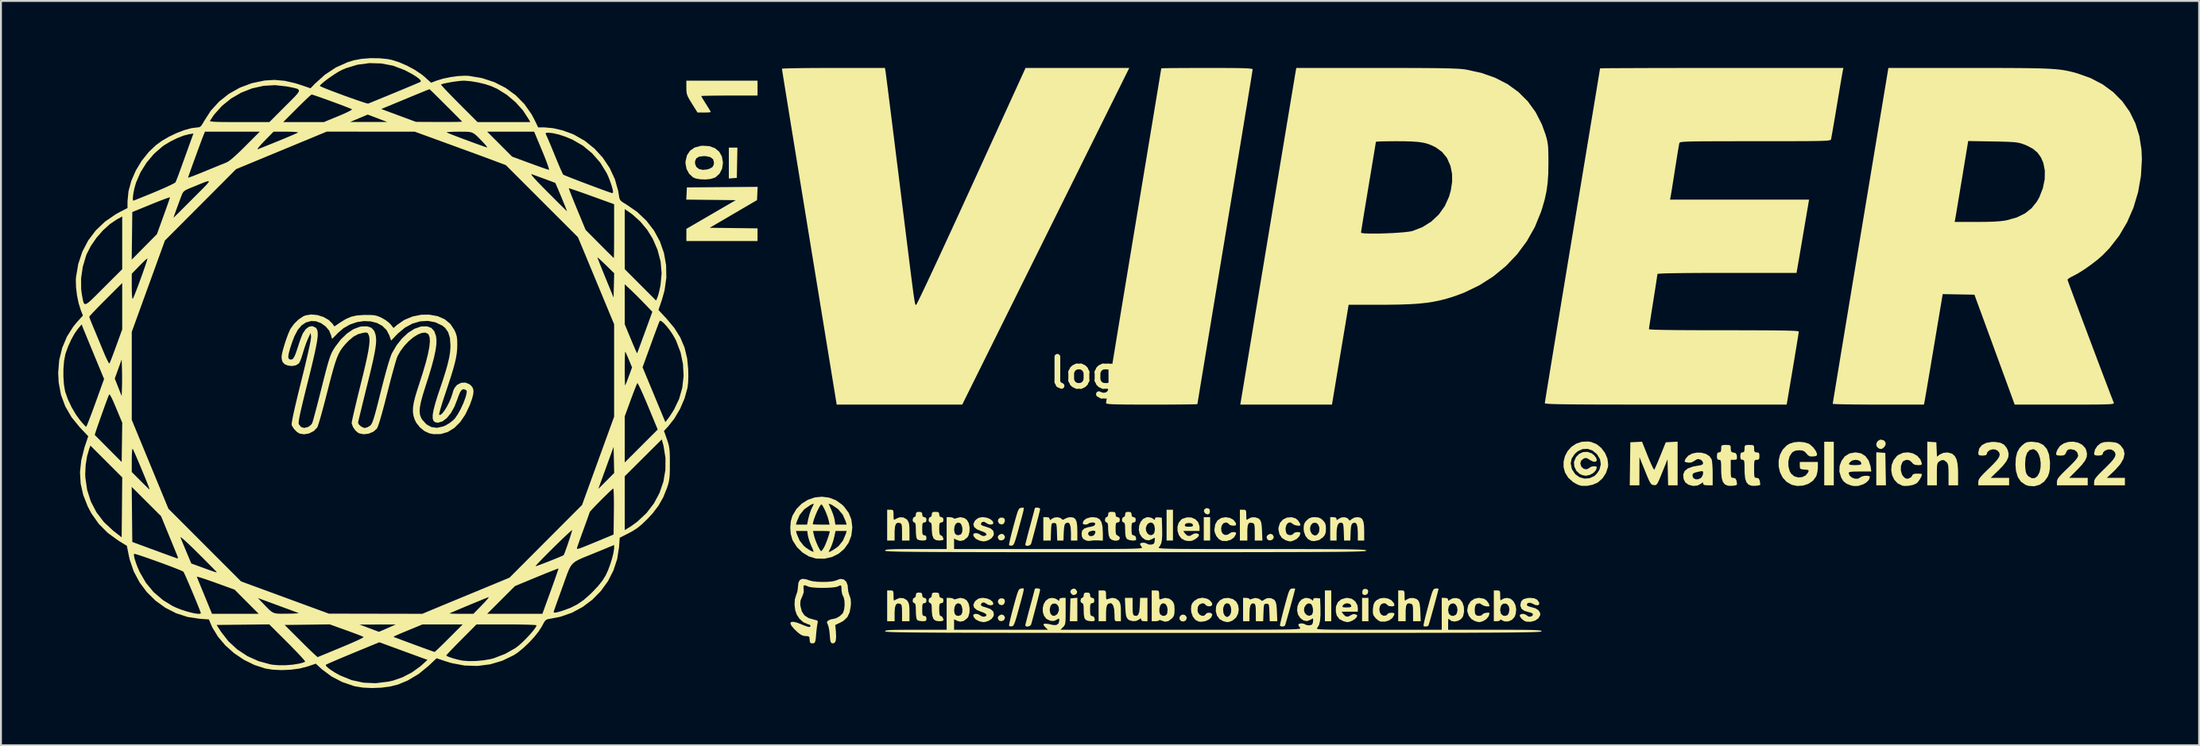
<source format=kicad_pcb>
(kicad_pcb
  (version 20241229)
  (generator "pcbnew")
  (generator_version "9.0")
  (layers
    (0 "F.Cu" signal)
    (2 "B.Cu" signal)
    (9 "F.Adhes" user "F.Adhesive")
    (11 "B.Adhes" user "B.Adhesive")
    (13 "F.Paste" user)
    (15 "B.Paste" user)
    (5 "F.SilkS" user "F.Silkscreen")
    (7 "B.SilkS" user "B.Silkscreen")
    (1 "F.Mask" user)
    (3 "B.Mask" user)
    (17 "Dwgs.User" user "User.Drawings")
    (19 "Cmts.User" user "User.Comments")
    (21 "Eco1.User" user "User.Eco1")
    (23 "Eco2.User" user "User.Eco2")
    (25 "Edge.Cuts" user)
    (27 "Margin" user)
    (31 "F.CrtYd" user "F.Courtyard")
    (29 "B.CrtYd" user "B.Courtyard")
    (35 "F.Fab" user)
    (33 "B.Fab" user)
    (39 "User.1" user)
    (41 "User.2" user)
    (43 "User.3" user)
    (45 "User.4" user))
  (footprint "logo"
    (layer "F.Cu")
    (at 54.491 16.5)
    (property "Reference" "logo" (at 0 0 0) (layer "F.SilkS") (effects (font (size 1.524 1.524) (thickness 0.3))))
    (attr board_only exclude_from_pos_files exclude_from_bom)
    (fp_poly (pts (xy 3.955 8.801) (xy 3.621 8.801) (xy 3.621 7.186) (xy 3.955 7.186)) (stroke (width 0) (type solid)) (fill yes) (layer "F.SilkS"))
    (fp_poly (pts (xy 5.904 8.801) (xy 5.57 8.801) (xy 5.57 7.575) (xy 5.904 7.575)) (stroke (width 0) (type solid)) (fill yes) (layer "F.SilkS"))
    (fp_poly (pts (xy 12.254 13.034) (xy 11.92 13.034) (xy 11.92 11.419) (xy 12.254 11.419)) (stroke (width 0) (type solid)) (fill yes) (layer "F.SilkS"))
    (fp_poly (pts (xy 14.204 13.034) (xy 13.87 13.034) (xy 13.87 11.809) (xy 14.204 11.809)) (stroke (width 0) (type solid)) (fill yes) (layer "F.SilkS"))
    (fp_poly (pts (xy 38.601 5.904) (xy 38.1 5.904) (xy 38.1 3.621) (xy 38.601 3.621)) (stroke (width 0) (type solid)) (fill yes) (layer "F.SilkS"))
    (fp_poly (pts (xy -18.911 -10.221) (xy -19.12 -10.204) (xy -19.329 -10.187) (xy -19.329 -11.809) (xy -18.88 -11.809)) (stroke (width 0) (type solid)) (fill yes) (layer "F.SilkS"))
    (fp_poly (pts (xy -1.058 13.034) (xy -1.452 13.034) (xy -1.42 11.837) (xy -1.239 11.819) (xy -1.058 11.802)) (stroke (width 0) (type solid)) (fill yes) (layer "F.SilkS"))
    (fp_poly (pts (xy 41.066 4.188) (xy 41.303 4.205) (xy 41.318 5.055) (xy 41.334 5.904) (xy 40.829 5.904) (xy 40.829 4.171)) (stroke (width 0) (type solid)) (fill yes) (layer "F.SilkS"))
    (fp_poly (pts (xy -1.147 11.359) (xy -1.066 11.474) (xy -1.092 11.582) (xy -1.166 11.64) (xy -1.277 11.664) (xy -1.363 11.607) (xy -1.431 11.494) (xy -1.389 11.393) (xy -1.324 11.343) (xy -1.214 11.321)) (stroke (width 0) (type solid)) (fill yes) (layer "F.SilkS"))
    (fp_poly (pts (xy 14.153 11.367) (xy 14.193 11.452) (xy 14.167 11.584) (xy 14.064 11.655) (xy 13.964 11.655) (xy 13.889 11.6) (xy 13.88 11.484) (xy 13.917 11.371) (xy 14.013 11.336) (xy 14.037 11.335)) (stroke (width 0) (type solid)) (fill yes) (layer "F.SilkS"))
    (fp_poly (pts (xy -4.957 7.603) (xy -4.869 7.665) (xy -4.857 7.789) (xy -4.914 7.912) (xy -5.024 7.96) (xy -5.146 7.919) (xy -5.167 7.901) (xy -5.226 7.784) (xy -5.198 7.675) (xy -5.105 7.603) (xy -4.967 7.6)) (stroke (width 0) (type solid)) (fill yes) (layer "F.SilkS"))
    (fp_poly (pts (xy -4.957 11.837) (xy -4.869 11.899) (xy -4.857 12.022) (xy -4.914 12.145) (xy -5.024 12.194) (xy -5.146 12.153) (xy -5.167 12.134) (xy -5.226 12.017) (xy -5.198 11.908) (xy -5.105 11.836) (xy -4.967 11.834)) (stroke (width 0) (type solid)) (fill yes) (layer "F.SilkS"))
    (fp_poly (pts (xy -4.927 8.48) (xy -4.86 8.577) (xy -4.857 8.651) (xy -4.914 8.747) (xy -5.021 8.794) (xy -5.133 8.784) (xy -5.201 8.716) (xy -5.231 8.623) (xy -5.211 8.564) (xy -5.149 8.499) (xy -5.036 8.447)) (stroke (width 0) (type solid)) (fill yes) (layer "F.SilkS"))
    (fp_poly (pts (xy -4.927 12.713) (xy -4.86 12.81) (xy -4.857 12.885) (xy -4.914 12.98) (xy -5.021 13.027) (xy -5.133 13.017) (xy -5.201 12.949) (xy -5.231 12.857) (xy -5.211 12.797) (xy -5.149 12.732) (xy -5.036 12.68)) (stroke (width 0) (type solid)) (fill yes) (layer "F.SilkS"))
    (fp_poly (pts (xy 4.58 12.707) (xy 4.663 12.799) (xy 4.679 12.867) (xy 4.633 12.985) (xy 4.523 13.047) (xy 4.393 13.031) (xy 4.385 13.027) (xy 4.301 12.934) (xy 4.298 12.825) (xy 4.358 12.731) (xy 4.461 12.683)) (stroke (width 0) (type solid)) (fill yes) (layer "F.SilkS"))
    (fp_poly (pts (xy 5.847 7.128) (xy 5.891 7.228) (xy 5.893 7.248) (xy 5.872 7.381) (xy 5.786 7.434) (xy 5.661 7.392) (xy 5.653 7.387) (xy 5.579 7.283) (xy 5.592 7.177) (xy 5.682 7.11) (xy 5.738 7.102)) (stroke (width 0) (type solid)) (fill yes) (layer "F.SilkS"))
    (fp_poly (pts (xy 9.166 8.48) (xy 9.232 8.577) (xy 9.236 8.651) (xy 9.179 8.747) (xy 9.072 8.794) (xy 8.96 8.784) (xy 8.892 8.716) (xy 8.862 8.623) (xy 8.882 8.564) (xy 8.944 8.499) (xy 9.057 8.447)) (stroke (width 0) (type solid)) (fill yes) (layer "F.SilkS"))
    (fp_poly (pts (xy 41.233 3.551) (xy 41.315 3.656) (xy 41.315 3.791) (xy 41.229 3.918) (xy 41.113 3.997) (xy 41.005 3.99) (xy 40.927 3.95) (xy 40.839 3.848) (xy 40.831 3.719) (xy 40.89 3.598) (xy 41.006 3.52) (xy 41.08 3.509)) (stroke (width 0) (type solid)) (fill yes) (layer "F.SilkS"))
    (fp_poly (pts (xy -17.836 -9.402) (xy -17.852 -9.055) (xy -19.093 -8.329) (xy -20.333 -7.603) (xy -19.079 -7.588) (xy -17.825 -7.573) (xy -17.825 -6.907) (xy -21.557 -6.907) (xy -21.555 -7.548) (xy -18.967 -9.052) (xy -20.265 -9.066) (xy -21.562 -9.081) (xy -21.545 -9.401) (xy -21.529 -9.72) (xy -19.674 -9.735) (xy -17.819 -9.749)) (stroke (width 0) (type solid)) (fill yes) (layer "F.SilkS"))
    (fp_poly (pts (xy -3.043 7.099) (xy -3.008 7.146) (xy -3.022 7.216) (xy -3.059 7.372) (xy -3.114 7.591) (xy -3.18 7.851) (xy -3.253 8.131) (xy -3.327 8.408) (xy -3.395 8.659) (xy -3.452 8.864) (xy -3.487 8.982) (xy -3.546 9.045) (xy -3.647 9.078) (xy -3.743 9.074) (xy -3.788 9.027) (xy -3.788 9.024) (xy -3.774 8.955) (xy -3.735 8.796) (xy -3.676 8.568) (xy -3.603 8.289) (xy -3.537 8.046) (xy -3.455 7.742) (xy -3.384 7.478) (xy -3.329 7.27) (xy -3.295 7.138) (xy -3.286 7.098) (xy -3.239 7.08) (xy -3.147 7.074)) (stroke (width 0) (type solid)) (fill yes) (layer "F.SilkS"))
    (fp_poly (pts (xy -3.043 11.332) (xy -3.008 11.379) (xy -3.022 11.449) (xy -3.059 11.605) (xy -3.114 11.824) (xy -3.18 12.084) (xy -3.253 12.364) (xy -3.327 12.641) (xy -3.395 12.893) (xy -3.452 13.098) (xy -3.487 13.215) (xy -3.546 13.279) (xy -3.647 13.312) (xy -3.743 13.308) (xy -3.788 13.26) (xy -3.788 13.258) (xy -3.774 13.188) (xy -3.735 13.03) (xy -3.676 12.802) (xy -3.603 12.522) (xy -3.537 12.279) (xy -3.455 11.976) (xy -3.384 11.711) (xy -3.329 11.504) (xy -3.295 11.371) (xy -3.286 11.332) (xy -3.239 11.313) (xy -3.147 11.307)) (stroke (width 0) (type solid)) (fill yes) (layer "F.SilkS"))
    (fp_poly (pts (xy 17.88 11.331) (xy 17.866 11.399) (xy 17.827 11.552) (xy 17.77 11.77) (xy 17.7 12.029) (xy 17.623 12.309) (xy 17.545 12.588) (xy 17.473 12.845) (xy 17.412 13.057) (xy 17.368 13.204) (xy 17.347 13.264) (xy 17.271 13.304) (xy 17.159 13.31) (xy 17.09 13.284) (xy 17.095 13.223) (xy 17.125 13.073) (xy 17.177 12.851) (xy 17.247 12.575) (xy 17.321 12.295) (xy 17.414 11.952) (xy 17.485 11.702) (xy 17.54 11.53) (xy 17.586 11.42) (xy 17.628 11.358) (xy 17.673 11.329) (xy 17.728 11.318) (xy 17.73 11.318) (xy 17.84 11.315)) (stroke (width 0) (type solid)) (fill yes) (layer "F.SilkS"))
    (fp_poly (pts (xy -17.825 -14.538) (xy -19.301 -14.538) (xy -19.693 -14.537) (xy -20.046 -14.534) (xy -20.346 -14.53) (xy -20.577 -14.525) (xy -20.725 -14.518) (xy -20.777 -14.511) (xy -20.749 -14.455) (xy -20.674 -14.329) (xy -20.567 -14.157) (xy -20.526 -14.093) (xy -20.411 -13.91) (xy -20.324 -13.766) (xy -20.279 -13.684) (xy -20.275 -13.674) (xy -20.326 -13.66) (xy -20.458 -13.651) (xy -20.624 -13.648) (xy -20.972 -13.649) (xy -21.264 -14.115) (xy -21.4 -14.336) (xy -21.485 -14.496) (xy -21.532 -14.629) (xy -21.552 -14.766) (xy -21.557 -14.94) (xy -21.557 -14.95) (xy -21.557 -15.318) (xy -17.825 -15.318)) (stroke (width 0) (type solid)) (fill yes) (layer "F.SilkS"))
    (fp_poly (pts (xy 10.361 11.328) (xy 10.346 11.395) (xy 10.308 11.547) (xy 10.25 11.763) (xy 10.18 12.022) (xy 10.103 12.302) (xy 10.026 12.582) (xy 9.953 12.839) (xy 9.892 13.053) (xy 9.847 13.203) (xy 9.826 13.266) (xy 9.751 13.305) (xy 9.643 13.308) (xy 9.567 13.275) (xy 9.565 13.271) (xy 9.571 13.206) (xy 9.603 13.052) (xy 9.657 12.827) (xy 9.728 12.549) (xy 9.799 12.282) (xy 9.892 11.942) (xy 9.963 11.695) (xy 10.018 11.525) (xy 10.064 11.417) (xy 10.106 11.357) (xy 10.152 11.329) (xy 10.207 11.318) (xy 10.209 11.318) (xy 10.319 11.314)) (stroke (width 0) (type solid)) (fill yes) (layer "F.SilkS"))
    (fp_poly (pts (xy -3.875 7.086) (xy -3.869 7.132) (xy -3.882 7.223) (xy -3.917 7.371) (xy -3.974 7.589) (xy -4.057 7.892) (xy -4.145 8.216) (xy -4.234 8.537) (xy -4.303 8.766) (xy -4.358 8.918) (xy -4.404 9.009) (xy -4.45 9.054) (xy -4.493 9.069) (xy -4.599 9.064) (xy -4.639 9.041) (xy -4.633 8.975) (xy -4.602 8.82) (xy -4.549 8.594) (xy -4.478 8.316) (xy -4.407 8.049) (xy -4.314 7.709) (xy -4.243 7.462) (xy -4.188 7.292) (xy -4.142 7.184) (xy -4.1 7.124) (xy -4.054 7.096) (xy -3.998 7.085) (xy -3.994 7.084) (xy -3.94 7.075) (xy -3.899 7.072)) (stroke (width 0) (type solid)) (fill yes) (layer "F.SilkS"))
    (fp_poly (pts (xy -3.875 11.32) (xy -3.869 11.365) (xy -3.882 11.456) (xy -3.917 11.604) (xy -3.974 11.823) (xy -4.057 12.125) (xy -4.145 12.449) (xy -4.234 12.771) (xy -4.303 13) (xy -4.358 13.152) (xy -4.404 13.243) (xy -4.45 13.288) (xy -4.493 13.302) (xy -4.599 13.298) (xy -4.639 13.274) (xy -4.633 13.208) (xy -4.602 13.053) (xy -4.549 12.828) (xy -4.478 12.549) (xy -4.407 12.282) (xy -4.314 11.942) (xy -4.243 11.695) (xy -4.188 11.525) (xy -4.142 11.417) (xy -4.1 11.357) (xy -4.054 11.329) (xy -3.998 11.318) (xy -3.994 11.317) (xy -3.94 11.309) (xy -3.899 11.305)) (stroke (width 0) (type solid)) (fill yes) (layer "F.SilkS"))
    (fp_poly (pts (xy 1.838 12.256) (xy 1.842 12.489) (xy 1.858 12.632) (xy 1.889 12.709) (xy 1.929 12.738) (xy 2.05 12.755) (xy 2.135 12.69) (xy 2.188 12.535) (xy 2.214 12.281) (xy 2.216 12.235) (xy 2.233 11.809) (xy 2.618 11.809) (xy 2.618 13.034) (xy 2.451 13.034) (xy 2.323 13.013) (xy 2.284 12.942) (xy 2.284 12.942) (xy 2.276 12.881) (xy 2.233 12.898) (xy 2.182 12.942) (xy 2.024 13.02) (xy 1.832 13.029) (xy 1.654 12.974) (xy 1.582 12.917) (xy 1.527 12.831) (xy 1.49 12.704) (xy 1.468 12.509) (xy 1.457 12.304) (xy 1.437 11.809) (xy 1.838 11.809)) (stroke (width 0) (type solid)) (fill yes) (layer "F.SilkS"))
    (fp_poly (pts (xy -10.763 7.191) (xy -10.714 7.228) (xy -10.697 7.325) (xy -10.695 7.467) (xy -10.692 7.632) (xy -10.677 7.704) (xy -10.637 7.705) (xy -10.571 7.662) (xy -10.375 7.581) (xy -10.175 7.59) (xy -10.006 7.687) (xy -9.975 7.722) (xy -9.915 7.817) (xy -9.88 7.935) (xy -9.863 8.107) (xy -9.859 8.335) (xy -9.859 8.801) (xy -10.249 8.801) (xy -10.249 8.359) (xy -10.252 8.136) (xy -10.264 7.999) (xy -10.292 7.925) (xy -10.342 7.889) (xy -10.363 7.881) (xy -10.489 7.869) (xy -10.573 7.934) (xy -10.621 8.085) (xy -10.639 8.334) (xy -10.639 8.39) (xy -10.639 8.801) (xy -11.029 8.801) (xy -11.029 7.186) (xy -10.862 7.186)) (stroke (width 0) (type solid)) (fill yes) (layer "F.SilkS"))
    (fp_poly (pts (xy -10.763 11.425) (xy -10.714 11.462) (xy -10.697 11.558) (xy -10.695 11.701) (xy -10.692 11.865) (xy -10.677 11.938) (xy -10.637 11.938) (xy -10.571 11.895) (xy -10.375 11.814) (xy -10.175 11.824) (xy -10.006 11.92) (xy -9.975 11.956) (xy -9.915 12.051) (xy -9.88 12.169) (xy -9.863 12.34) (xy -9.859 12.568) (xy -9.859 13.034) (xy -10.249 13.034) (xy -10.249 12.592) (xy -10.252 12.369) (xy -10.264 12.233) (xy -10.292 12.158) (xy -10.342 12.122) (xy -10.363 12.114) (xy -10.489 12.102) (xy -10.573 12.167) (xy -10.621 12.319) (xy -10.639 12.567) (xy -10.639 12.623) (xy -10.639 13.034) (xy -11.029 13.034) (xy -11.029 11.419) (xy -10.862 11.419)) (stroke (width 0) (type solid)) (fill yes) (layer "F.SilkS"))
    (fp_poly (pts (xy 7.729 7.191) (xy 7.778 7.227) (xy 7.796 7.322) (xy 7.798 7.473) (xy 7.801 7.638) (xy 7.815 7.71) (xy 7.851 7.709) (xy 7.9 7.668) (xy 8.058 7.59) (xy 8.25 7.58) (xy 8.428 7.636) (xy 8.5 7.693) (xy 8.555 7.779) (xy 8.592 7.906) (xy 8.614 8.1) (xy 8.625 8.305) (xy 8.645 8.801) (xy 8.244 8.801) (xy 8.244 8.359) (xy 8.241 8.134) (xy 8.227 7.996) (xy 8.198 7.922) (xy 8.149 7.887) (xy 8.14 7.884) (xy 8.011 7.861) (xy 7.926 7.898) (xy 7.877 8.009) (xy 7.856 8.209) (xy 7.854 8.361) (xy 7.854 8.801) (xy 7.464 8.801) (xy 7.464 7.186) (xy 7.631 7.186)) (stroke (width 0) (type solid)) (fill yes) (layer "F.SilkS"))
    (fp_poly (pts (xy 16.029 11.425) (xy 16.078 11.461) (xy 16.096 11.556) (xy 16.098 11.706) (xy 16.1 11.871) (xy 16.115 11.943) (xy 16.15 11.942) (xy 16.2 11.901) (xy 16.357 11.823) (xy 16.55 11.814) (xy 16.727 11.869) (xy 16.799 11.926) (xy 16.855 12.012) (xy 16.891 12.139) (xy 16.914 12.334) (xy 16.925 12.539) (xy 16.944 13.034) (xy 16.543 13.034) (xy 16.543 12.592) (xy 16.54 12.367) (xy 16.527 12.229) (xy 16.498 12.155) (xy 16.448 12.121) (xy 16.44 12.118) (xy 16.31 12.094) (xy 16.225 12.131) (xy 16.177 12.242) (xy 16.156 12.442) (xy 16.154 12.595) (xy 16.154 13.034) (xy 15.764 13.034) (xy 15.764 11.419) (xy 15.931 11.419)) (stroke (width 0) (type solid)) (fill yes) (layer "F.SilkS"))
    (fp_poly (pts (xy 43.74 3.631) (xy 43.977 3.648) (xy 44.01 4.404) (xy 44.154 4.291) (xy 44.348 4.201) (xy 44.575 4.183) (xy 44.785 4.24) (xy 44.833 4.268) (xy 44.954 4.385) (xy 45.038 4.55) (xy 45.09 4.781) (xy 45.115 5.093) (xy 45.118 5.318) (xy 45.118 5.904) (xy 44.617 5.904) (xy 44.617 5.347) (xy 44.614 5.085) (xy 44.603 4.908) (xy 44.58 4.794) (xy 44.54 4.718) (xy 44.506 4.679) (xy 44.377 4.584) (xy 44.252 4.585) (xy 44.128 4.654) (xy 44.072 4.702) (xy 44.037 4.765) (xy 44.016 4.868) (xy 44.007 5.033) (xy 44.004 5.284) (xy 44.004 5.323) (xy 44.004 5.904) (xy 43.503 5.904) (xy 43.503 3.614)) (stroke (width 0) (type solid)) (fill yes) (layer "F.SilkS"))
    (fp_poly (pts (xy 0.37 11.424) (xy 0.427 11.46) (xy 0.444 11.557) (xy 0.446 11.671) (xy 0.45 11.823) (xy 0.471 11.886) (xy 0.521 11.883) (xy 0.553 11.866) (xy 0.76 11.807) (xy 0.959 11.841) (xy 1.11 11.956) (xy 1.17 12.051) (xy 1.205 12.169) (xy 1.222 12.34) (xy 1.225 12.568) (xy 1.225 13.034) (xy 1.058 13.034) (xy 0.965 13.03) (xy 0.916 12.999) (xy 0.895 12.915) (xy 0.891 12.752) (xy 0.891 12.704) (xy 0.873 12.404) (xy 0.82 12.201) (xy 0.733 12.099) (xy 0.681 12.087) (xy 0.568 12.112) (xy 0.496 12.196) (xy 0.458 12.357) (xy 0.446 12.61) (xy 0.446 12.628) (xy 0.446 13.034) (xy 0.056 13.034) (xy 0.056 11.419) (xy 0.251 11.419)) (stroke (width 0) (type solid)) (fill yes) (layer "F.SilkS"))
    (fp_poly (pts (xy 6.944 7.615) (xy 7.13 7.719) (xy 7.244 7.871) (xy 7.257 7.908) (xy 7.261 7.986) (xy 7.199 8.017) (xy 7.103 8.021) (xy 6.955 7.996) (xy 6.887 7.938) (xy 6.812 7.873) (xy 6.721 7.854) (xy 6.593 7.899) (xy 6.513 8.014) (xy 6.481 8.165) (xy 6.498 8.32) (xy 6.566 8.446) (xy 6.686 8.51) (xy 6.693 8.511) (xy 6.828 8.492) (xy 6.905 8.442) (xy 7.011 8.377) (xy 7.131 8.355) (xy 7.241 8.37) (xy 7.265 8.427) (xy 7.259 8.462) (xy 7.16 8.635) (xy 6.985 8.762) (xy 6.763 8.828) (xy 6.533 8.819) (xy 6.368 8.734) (xy 6.231 8.572) (xy 6.144 8.37) (xy 6.127 8.236) (xy 6.169 7.955) (xy 6.289 7.747) (xy 6.482 7.618) (xy 6.718 7.577)) (stroke (width 0) (type solid)) (fill yes) (layer "F.SilkS"))
    (fp_poly (pts (xy 5.736 11.848) (xy 5.869 11.924) (xy 5.987 12.05) (xy 6.016 12.16) (xy 5.959 12.234) (xy 5.855 12.254) (xy 5.72 12.226) (xy 5.66 12.167) (xy 5.579 12.101) (xy 5.474 12.097) (xy 5.335 12.162) (xy 5.255 12.3) (xy 5.245 12.483) (xy 5.268 12.575) (xy 5.346 12.686) (xy 5.462 12.747) (xy 5.578 12.75) (xy 5.657 12.683) (xy 5.66 12.676) (xy 5.731 12.607) (xy 5.844 12.585) (xy 5.954 12.607) (xy 6.014 12.672) (xy 6.016 12.69) (xy 5.965 12.831) (xy 5.832 12.95) (xy 5.645 13.032) (xy 5.433 13.063) (xy 5.307 13.051) (xy 5.133 12.964) (xy 4.997 12.794) (xy 4.917 12.568) (xy 4.902 12.413) (xy 4.914 12.224) (xy 4.963 12.093) (xy 5.065 11.972) (xy 5.265 11.844) (xy 5.501 11.802)) (stroke (width 0) (type solid)) (fill yes) (layer "F.SilkS"))
    (fp_poly (pts (xy 7.104 11.875) (xy 7.273 12.007) (xy 7.373 12.197) (xy 7.404 12.417) (xy 7.368 12.64) (xy 7.265 12.838) (xy 7.098 12.985) (xy 7.044 13.011) (xy 6.912 13.063) (xy 6.818 13.08) (xy 6.711 13.062) (xy 6.587 13.028) (xy 6.396 12.92) (xy 6.264 12.739) (xy 6.2 12.513) (xy 6.206 12.406) (xy 6.584 12.406) (xy 6.6 12.594) (xy 6.667 12.738) (xy 6.769 12.809) (xy 6.796 12.811) (xy 6.869 12.776) (xy 6.934 12.721) (xy 6.995 12.597) (xy 7.01 12.426) (xy 6.981 12.257) (xy 6.912 12.136) (xy 6.893 12.121) (xy 6.765 12.089) (xy 6.662 12.156) (xy 6.597 12.31) (xy 6.584 12.406) (xy 6.206 12.406) (xy 6.214 12.27) (xy 6.263 12.13) (xy 6.409 11.941) (xy 6.616 11.831) (xy 6.859 11.809)) (stroke (width 0) (type solid)) (fill yes) (layer "F.SilkS"))
    (fp_poly (pts (xy 25.905 4.225) (xy 26.034 4.326) (xy 26.152 4.482) (xy 26.176 4.6) (xy 26.121 4.666) (xy 26.001 4.667) (xy 25.832 4.588) (xy 25.789 4.558) (xy 25.661 4.48) (xy 25.559 4.474) (xy 25.49 4.499) (xy 25.352 4.612) (xy 25.31 4.766) (xy 25.369 4.932) (xy 25.491 5.039) (xy 25.638 5.066) (xy 25.77 5.006) (xy 25.79 4.985) (xy 25.878 4.931) (xy 26.001 4.905) (xy 26.115 4.91) (xy 26.177 4.948) (xy 26.18 4.961) (xy 26.129 5.115) (xy 25.997 5.255) (xy 25.813 5.358) (xy 25.607 5.401) (xy 25.584 5.402) (xy 25.421 5.37) (xy 25.275 5.305) (xy 25.105 5.144) (xy 25 4.929) (xy 24.978 4.703) (xy 24.985 4.662) (xy 25.083 4.427) (xy 25.248 4.257) (xy 25.456 4.162) (xy 25.683 4.149)) (stroke (width 0) (type solid)) (fill yes) (layer "F.SilkS"))
    (fp_poly (pts (xy 0.884 7.307) (xy 0.938 7.354) (xy 0.947 7.436) (xy 0.973 7.545) (xy 1.058 7.575) (xy 1.146 7.608) (xy 1.17 7.715) (xy 1.144 7.824) (xy 1.058 7.854) (xy 0.996 7.866) (xy 0.962 7.921) (xy 0.949 8.043) (xy 0.947 8.182) (xy 0.952 8.37) (xy 0.974 8.475) (xy 1.021 8.525) (xy 1.058 8.539) (xy 1.153 8.613) (xy 1.17 8.684) (xy 1.125 8.769) (xy 1.013 8.808) (xy 0.871 8.803) (xy 0.733 8.755) (xy 0.644 8.677) (xy 0.584 8.517) (xy 0.558 8.266) (xy 0.557 8.204) (xy 0.551 8.005) (xy 0.53 7.895) (xy 0.489 7.856) (xy 0.473 7.854) (xy 0.406 7.806) (xy 0.39 7.715) (xy 0.419 7.603) (xy 0.473 7.575) (xy 0.541 7.527) (xy 0.557 7.436) (xy 0.572 7.342) (xy 0.637 7.303) (xy 0.752 7.297)) (stroke (width 0) (type solid)) (fill yes) (layer "F.SilkS"))
    (fp_poly (pts (xy 11.579 7.591) (xy 11.714 7.652) (xy 11.813 7.738) (xy 11.916 7.861) (xy 11.964 7.991) (xy 11.976 8.179) (xy 11.976 8.183) (xy 11.963 8.379) (xy 11.911 8.517) (xy 11.823 8.629) (xy 11.611 8.778) (xy 11.357 8.832) (xy 11.212 8.818) (xy 11.038 8.731) (xy 10.902 8.561) (xy 10.821 8.335) (xy 10.806 8.18) (xy 10.809 8.138) (xy 11.143 8.138) (xy 11.157 8.302) (xy 11.238 8.452) (xy 11.253 8.468) (xy 11.382 8.538) (xy 11.504 8.508) (xy 11.598 8.387) (xy 11.621 8.318) (xy 11.632 8.128) (xy 11.575 7.969) (xy 11.465 7.874) (xy 11.421 7.863) (xy 11.283 7.888) (xy 11.188 7.99) (xy 11.143 8.138) (xy 10.809 8.138) (xy 10.818 7.991) (xy 10.867 7.86) (xy 10.969 7.738) (xy 11.102 7.63) (xy 11.246 7.583) (xy 11.391 7.575)) (stroke (width 0) (type solid)) (fill yes) (layer "F.SilkS"))
    (fp_poly (pts (xy 30.413 5.904) (xy 29.915 5.904) (xy 29.9 5.222) (xy 29.884 4.54) (xy 29.608 5.225) (xy 29.495 5.502) (xy 29.413 5.691) (xy 29.351 5.809) (xy 29.299 5.872) (xy 29.246 5.895) (xy 29.181 5.895) (xy 29.165 5.893) (xy 29.096 5.881) (xy 29.039 5.849) (xy 28.984 5.78) (xy 28.919 5.659) (xy 28.835 5.469) (xy 28.722 5.194) (xy 28.706 5.152) (xy 28.413 4.428) (xy 28.408 5.904) (xy 27.904 5.904) (xy 27.919 4.776) (xy 27.934 3.648) (xy 28.241 3.633) (xy 28.547 3.618) (xy 28.849 4.373) (xy 28.957 4.636) (xy 29.054 4.853) (xy 29.13 5.007) (xy 29.179 5.082) (xy 29.19 5.085) (xy 29.224 5.019) (xy 29.291 4.871) (xy 29.381 4.66) (xy 29.485 4.407) (xy 29.511 4.345) (xy 29.791 3.648) (xy 30.102 3.632) (xy 30.413 3.615)) (stroke (width 0) (type solid)) (fill yes) (layer "F.SilkS"))
    (fp_poly (pts (xy -9.238 7.312) (xy -9.195 7.376) (xy -9.191 7.436) (xy -9.165 7.545) (xy -9.079 7.575) (xy -8.992 7.608) (xy -8.968 7.715) (xy -8.994 7.824) (xy -9.079 7.854) (xy -9.142 7.866) (xy -9.175 7.92) (xy -9.189 8.04) (xy -9.191 8.188) (xy -9.187 8.375) (xy -9.169 8.476) (xy -9.129 8.516) (xy -9.079 8.522) (xy -8.992 8.555) (xy -8.968 8.662) (xy -8.981 8.753) (xy -9.041 8.792) (xy -9.18 8.801) (xy -9.336 8.784) (xy -9.447 8.743) (xy -9.458 8.734) (xy -9.495 8.641) (xy -9.518 8.463) (xy -9.525 8.261) (xy -9.53 8.044) (xy -9.546 7.917) (xy -9.579 7.862) (xy -9.609 7.854) (xy -9.676 7.806) (xy -9.692 7.715) (xy -9.663 7.603) (xy -9.609 7.575) (xy -9.541 7.527) (xy -9.525 7.436) (xy -9.507 7.337) (xy -9.431 7.3) (xy -9.358 7.297)) (stroke (width 0) (type solid)) (fill yes) (layer "F.SilkS"))
    (fp_poly (pts (xy -9.238 11.545) (xy -9.195 11.609) (xy -9.191 11.67) (xy -9.165 11.779) (xy -9.079 11.809) (xy -8.992 11.841) (xy -8.968 11.948) (xy -8.994 12.057) (xy -9.079 12.087) (xy -9.142 12.099) (xy -9.175 12.153) (xy -9.189 12.273) (xy -9.191 12.421) (xy -9.187 12.608) (xy -9.169 12.709) (xy -9.129 12.75) (xy -9.079 12.756) (xy -8.992 12.788) (xy -8.968 12.895) (xy -8.981 12.986) (xy -9.041 13.026) (xy -9.18 13.034) (xy -9.336 13.018) (xy -9.447 12.977) (xy -9.458 12.967) (xy -9.495 12.875) (xy -9.518 12.697) (xy -9.525 12.494) (xy -9.53 12.277) (xy -9.546 12.151) (xy -9.579 12.095) (xy -9.609 12.087) (xy -9.676 12.039) (xy -9.692 11.948) (xy -9.663 11.836) (xy -9.609 11.809) (xy -9.541 11.76) (xy -9.525 11.67) (xy -9.507 11.57) (xy -9.431 11.534) (xy -9.358 11.53)) (stroke (width 0) (type solid)) (fill yes) (layer "F.SilkS"))
    (fp_poly (pts (xy -8.363 7.307) (xy -8.309 7.354) (xy -8.3 7.436) (xy -8.273 7.545) (xy -8.188 7.575) (xy -8.101 7.608) (xy -8.077 7.715) (xy -8.103 7.824) (xy -8.188 7.854) (xy -8.25 7.866) (xy -8.284 7.92) (xy -8.298 8.04) (xy -8.3 8.188) (xy -8.292 8.387) (xy -8.267 8.492) (xy -8.222 8.522) (xy -8.138 8.571) (xy -8.084 8.686) (xy -8.077 8.75) (xy -8.126 8.782) (xy -8.249 8.8) (xy -8.296 8.801) (xy -8.472 8.779) (xy -8.583 8.703) (xy -8.603 8.677) (xy -8.663 8.517) (xy -8.689 8.266) (xy -8.689 8.204) (xy -8.695 8.005) (xy -8.717 7.895) (xy -8.758 7.856) (xy -8.773 7.854) (xy -8.84 7.806) (xy -8.857 7.715) (xy -8.828 7.603) (xy -8.773 7.575) (xy -8.706 7.527) (xy -8.689 7.436) (xy -8.675 7.342) (xy -8.609 7.303) (xy -8.495 7.297)) (stroke (width 0) (type solid)) (fill yes) (layer "F.SilkS"))
    (fp_poly (pts (xy -8.363 11.541) (xy -8.309 11.587) (xy -8.3 11.67) (xy -8.273 11.779) (xy -8.188 11.809) (xy -8.101 11.841) (xy -8.077 11.948) (xy -8.103 12.057) (xy -8.188 12.087) (xy -8.25 12.099) (xy -8.284 12.153) (xy -8.298 12.273) (xy -8.3 12.421) (xy -8.292 12.62) (xy -8.267 12.725) (xy -8.222 12.756) (xy -8.138 12.804) (xy -8.084 12.919) (xy -8.077 12.983) (xy -8.126 13.015) (xy -8.249 13.033) (xy -8.296 13.034) (xy -8.472 13.012) (xy -8.583 12.936) (xy -8.603 12.91) (xy -8.663 12.751) (xy -8.689 12.499) (xy -8.689 12.437) (xy -8.695 12.238) (xy -8.717 12.129) (xy -8.758 12.089) (xy -8.773 12.087) (xy -8.84 12.039) (xy -8.857 11.948) (xy -8.828 11.836) (xy -8.773 11.809) (xy -8.706 11.76) (xy -8.689 11.67) (xy -8.675 11.575) (xy -8.609 11.537) (xy -8.495 11.53)) (stroke (width 0) (type solid)) (fill yes) (layer "F.SilkS"))
    (fp_poly (pts (xy 15.234 11.844) (xy 15.416 11.939) (xy 15.537 12.086) (xy 15.557 12.142) (xy 15.561 12.219) (xy 15.499 12.25) (xy 15.402 12.254) (xy 15.254 12.229) (xy 15.186 12.171) (xy 15.112 12.107) (xy 15.012 12.087) (xy 14.884 12.132) (xy 14.805 12.246) (xy 14.775 12.396) (xy 14.795 12.55) (xy 14.865 12.676) (xy 14.986 12.743) (xy 15 12.746) (xy 15.137 12.729) (xy 15.185 12.676) (xy 15.267 12.608) (xy 15.402 12.589) (xy 15.526 12.599) (xy 15.565 12.642) (xy 15.558 12.695) (xy 15.461 12.863) (xy 15.287 12.989) (xy 15.067 13.056) (xy 14.832 13.051) (xy 14.718 12.994) (xy 14.589 12.883) (xy 14.562 12.852) (xy 14.475 12.733) (xy 14.437 12.617) (xy 14.434 12.457) (xy 14.44 12.373) (xy 14.469 12.171) (xy 14.525 12.038) (xy 14.616 11.939) (xy 14.803 11.838) (xy 15.019 11.808)) (stroke (width 0) (type solid)) (fill yes) (layer "F.SilkS"))
    (fp_poly (pts (xy -0.438 11.545) (xy -0.394 11.609) (xy -0.39 11.67) (xy -0.364 11.779) (xy -0.279 11.809) (xy -0.191 11.841) (xy -0.167 11.948) (xy -0.193 12.057) (xy -0.279 12.087) (xy -0.341 12.099) (xy -0.374 12.153) (xy -0.388 12.273) (xy -0.39 12.421) (xy -0.385 12.609) (xy -0.367 12.71) (xy -0.326 12.75) (xy -0.285 12.756) (xy -0.189 12.805) (xy -0.153 12.895) (xy -0.146 12.986) (xy -0.191 13.025) (xy -0.315 13.034) (xy -0.338 13.034) (xy -0.503 13.012) (xy -0.627 12.955) (xy -0.637 12.947) (xy -0.69 12.848) (xy -0.718 12.676) (xy -0.724 12.473) (xy -0.729 12.263) (xy -0.747 12.143) (xy -0.782 12.092) (xy -0.808 12.087) (xy -0.875 12.039) (xy -0.891 11.948) (xy -0.862 11.836) (xy -0.808 11.809) (xy -0.74 11.76) (xy -0.724 11.67) (xy -0.706 11.57) (xy -0.63 11.534) (xy -0.557 11.53)) (stroke (width 0) (type solid)) (fill yes) (layer "F.SilkS"))
    (fp_poly (pts (xy 1.735 7.312) (xy 1.778 7.376) (xy 1.782 7.436) (xy 1.809 7.545) (xy 1.894 7.575) (xy 1.981 7.608) (xy 2.005 7.715) (xy 1.979 7.824) (xy 1.894 7.854) (xy 1.832 7.866) (xy 1.798 7.92) (xy 1.785 8.04) (xy 1.782 8.188) (xy 1.787 8.376) (xy 1.805 8.477) (xy 1.846 8.517) (xy 1.887 8.522) (xy 1.983 8.572) (xy 2.019 8.662) (xy 2.026 8.752) (xy 1.981 8.792) (xy 1.857 8.801) (xy 1.834 8.801) (xy 1.669 8.778) (xy 1.545 8.722) (xy 1.536 8.713) (xy 1.482 8.615) (xy 1.455 8.442) (xy 1.448 8.24) (xy 1.443 8.029) (xy 1.425 7.909) (xy 1.39 7.859) (xy 1.365 7.854) (xy 1.297 7.806) (xy 1.281 7.715) (xy 1.31 7.603) (xy 1.365 7.575) (xy 1.432 7.527) (xy 1.448 7.436) (xy 1.466 7.337) (xy 1.543 7.3) (xy 1.615 7.297)) (stroke (width 0) (type solid)) (fill yes) (layer "F.SilkS"))
    (fp_poly (pts (xy 10.38 7.637) (xy 10.493 7.726) (xy 10.591 7.859) (xy 10.639 7.985) (xy 10.639 7.996) (xy 10.594 8.024) (xy 10.487 8.021) (xy 10.364 7.996) (xy 10.267 7.954) (xy 10.249 7.938) (xy 10.129 7.853) (xy 10.01 7.864) (xy 9.915 7.958) (xy 9.863 8.121) (xy 9.859 8.188) (xy 9.877 8.341) (xy 9.92 8.448) (xy 9.926 8.456) (xy 10.038 8.513) (xy 10.166 8.513) (xy 10.258 8.459) (xy 10.269 8.439) (xy 10.334 8.385) (xy 10.446 8.358) (xy 10.561 8.36) (xy 10.633 8.394) (xy 10.639 8.415) (xy 10.588 8.568) (xy 10.455 8.708) (xy 10.33 8.778) (xy 10.194 8.831) (xy 10.098 8.848) (xy 9.99 8.827) (xy 9.859 8.784) (xy 9.666 8.663) (xy 9.537 8.467) (xy 9.485 8.222) (xy 9.491 8.105) (xy 9.569 7.871) (xy 9.725 7.697) (xy 9.935 7.596) (xy 10.176 7.579)) (stroke (width 0) (type solid)) (fill yes) (layer "F.SilkS"))
    (fp_poly (pts (xy 20.242 11.849) (xy 20.295 11.871) (xy 20.408 11.959) (xy 20.506 12.092) (xy 20.553 12.219) (xy 20.554 12.229) (xy 20.509 12.257) (xy 20.402 12.255) (xy 20.279 12.229) (xy 20.182 12.187) (xy 20.164 12.171) (xy 20.039 12.095) (xy 19.9 12.112) (xy 19.841 12.154) (xy 19.794 12.26) (xy 19.775 12.424) (xy 19.788 12.594) (xy 19.808 12.668) (xy 19.884 12.734) (xy 20.007 12.754) (xy 20.126 12.729) (xy 20.184 12.672) (xy 20.244 12.627) (xy 20.354 12.594) (xy 20.47 12.582) (xy 20.545 12.596) (xy 20.554 12.613) (xy 20.507 12.771) (xy 20.386 12.92) (xy 20.25 13.009) (xy 20.115 13.062) (xy 20.021 13.08) (xy 19.914 13.063) (xy 19.786 13.027) (xy 19.607 12.923) (xy 19.466 12.747) (xy 19.391 12.534) (xy 19.384 12.458) (xy 19.432 12.197) (xy 19.562 11.992) (xy 19.753 11.857) (xy 19.987 11.805)) (stroke (width 0) (type solid)) (fill yes) (layer "F.SilkS"))
    (fp_poly (pts (xy -20.351 -11.885) (xy -20.059 -11.779) (xy -19.836 -11.596) (xy -19.694 -11.343) (xy -19.639 -11.029) (xy -19.639 -11.001) (xy -19.684 -10.699) (xy -19.813 -10.446) (xy -20.012 -10.262) (xy -20.076 -10.227) (xy -20.29 -10.163) (xy -20.556 -10.136) (xy -20.831 -10.146) (xy -21.074 -10.191) (xy -21.206 -10.247) (xy -21.408 -10.432) (xy -21.545 -10.684) (xy -21.6 -10.966) (xy -21.101 -10.966) (xy -21.036 -10.797) (xy -20.892 -10.685) (xy -20.69 -10.639) (xy -20.451 -10.666) (xy -20.35 -10.698) (xy -20.193 -10.784) (xy -20.122 -10.907) (xy -20.109 -11.04) (xy -20.157 -11.201) (xy -20.299 -11.308) (xy -20.532 -11.359) (xy -20.641 -11.363) (xy -20.883 -11.335) (xy -21.034 -11.247) (xy -21.1 -11.094) (xy -21.101 -10.966) (xy -21.6 -10.966) (xy -21.602 -10.974) (xy -21.598 -11.099) (xy -21.522 -11.41) (xy -21.361 -11.649) (xy -21.12 -11.814) (xy -20.803 -11.898) (xy -20.707 -11.907)) (stroke (width 0) (type solid)) (fill yes) (layer "F.SilkS"))
    (fp_poly (pts (xy 47.066 3.631) (xy 47.335 3.675) (xy 47.525 3.771) (xy 47.661 3.937) (xy 47.718 4.054) (xy 47.768 4.247) (xy 47.748 4.438) (xy 47.651 4.643) (xy 47.47 4.877) (xy 47.25 5.104) (xy 46.827 5.514) (xy 47.792 5.514) (xy 47.792 5.904) (xy 46.177 5.904) (xy 46.177 5.729) (xy 46.188 5.647) (xy 46.228 5.558) (xy 46.311 5.448) (xy 46.448 5.3) (xy 46.651 5.099) (xy 46.735 5.019) (xy 46.99 4.765) (xy 47.166 4.568) (xy 47.267 4.415) (xy 47.301 4.292) (xy 47.273 4.187) (xy 47.203 4.098) (xy 47.068 4.025) (xy 46.907 4.018) (xy 46.756 4.069) (xy 46.651 4.167) (xy 46.622 4.265) (xy 46.58 4.322) (xy 46.445 4.344) (xy 46.4 4.345) (xy 46.257 4.338) (xy 46.193 4.302) (xy 46.177 4.215) (xy 46.177 4.185) (xy 46.227 3.967) (xy 46.368 3.796) (xy 46.588 3.681) (xy 46.875 3.629)) (stroke (width 0) (type solid)) (fill yes) (layer "F.SilkS"))
    (fp_poly (pts (xy 4.929 7.595) (xy 5.129 7.684) (xy 5.275 7.838) (xy 5.344 8.045) (xy 5.347 8.1) (xy 5.347 8.3) (xy 4.498 8.3) (xy 4.581 8.425) (xy 4.707 8.546) (xy 4.847 8.56) (xy 4.957 8.495) (xy 5.071 8.435) (xy 5.197 8.424) (xy 5.292 8.459) (xy 5.32 8.516) (xy 5.272 8.61) (xy 5.155 8.71) (xy 5.003 8.792) (xy 4.902 8.822) (xy 4.749 8.825) (xy 4.579 8.795) (xy 4.393 8.689) (xy 4.264 8.515) (xy 4.196 8.301) (xy 4.192 8.076) (xy 4.221 7.979) (xy 4.578 7.979) (xy 4.585 8.042) (xy 4.657 8.071) (xy 4.79 8.077) (xy 4.938 8.069) (xy 4.999 8.036) (xy 5.003 7.979) (xy 4.951 7.907) (xy 4.818 7.882) (xy 4.79 7.882) (xy 4.644 7.901) (xy 4.582 7.965) (xy 4.578 7.979) (xy 4.221 7.979) (xy 4.255 7.868) (xy 4.388 7.704) (xy 4.459 7.657) (xy 4.699 7.583)) (stroke (width 0) (type solid)) (fill yes) (layer "F.SilkS"))
    (fp_poly (pts (xy 51.407 3.666) (xy 51.623 3.776) (xy 51.783 3.947) (xy 51.836 4.064) (xy 51.876 4.249) (xy 51.859 4.423) (xy 51.778 4.604) (xy 51.624 4.812) (xy 51.389 5.065) (xy 51.376 5.078) (xy 50.942 5.514) (xy 51.914 5.514) (xy 51.914 5.904) (xy 50.299 5.904) (xy 50.299 5.726) (xy 50.309 5.643) (xy 50.348 5.556) (xy 50.428 5.447) (xy 50.561 5.302) (xy 50.76 5.105) (xy 50.856 5.013) (xy 51.097 4.776) (xy 51.263 4.598) (xy 51.364 4.468) (xy 51.408 4.372) (xy 51.413 4.337) (xy 51.363 4.17) (xy 51.23 4.055) (xy 51.033 4.011) (xy 51.028 4.011) (xy 50.89 4.03) (xy 50.812 4.111) (xy 50.783 4.178) (xy 50.73 4.284) (xy 50.652 4.332) (xy 50.51 4.345) (xy 50.481 4.345) (xy 50.328 4.336) (xy 50.259 4.294) (xy 50.263 4.198) (xy 50.323 4.038) (xy 50.46 3.839) (xy 50.661 3.703) (xy 50.902 3.629) (xy 51.159 3.616)) (stroke (width 0) (type solid)) (fill yes) (layer "F.SilkS"))
    (fp_poly (pts (xy 53.119 3.631) (xy 53.333 3.653) (xy 53.477 3.695) (xy 53.594 3.773) (xy 53.639 3.814) (xy 53.795 4.024) (xy 53.844 4.257) (xy 53.787 4.513) (xy 53.624 4.794) (xy 53.353 5.101) (xy 53.273 5.177) (xy 52.913 5.514) (xy 53.864 5.514) (xy 53.864 5.904) (xy 52.248 5.904) (xy 52.248 5.732) (xy 52.26 5.65) (xy 52.302 5.56) (xy 52.388 5.447) (xy 52.529 5.294) (xy 52.738 5.087) (xy 52.806 5.022) (xy 53.061 4.767) (xy 53.237 4.569) (xy 53.338 4.415) (xy 53.372 4.292) (xy 53.345 4.187) (xy 53.275 4.098) (xy 53.14 4.027) (xy 52.979 4.024) (xy 52.828 4.079) (xy 52.722 4.18) (xy 52.694 4.279) (xy 52.643 4.323) (xy 52.508 4.344) (xy 52.471 4.345) (xy 52.326 4.336) (xy 52.261 4.298) (xy 52.248 4.231) (xy 52.296 4.03) (xy 52.42 3.838) (xy 52.59 3.7) (xy 52.592 3.699) (xy 52.766 3.641) (xy 52.998 3.626)) (stroke (width 0) (type solid)) (fill yes) (layer "F.SilkS"))
    (fp_poly (pts (xy -5.798 7.605) (xy -5.621 7.68) (xy -5.498 7.784) (xy -5.459 7.886) (xy -5.503 7.946) (xy -5.609 7.964) (xy -5.734 7.939) (xy -5.832 7.879) (xy -5.947 7.815) (xy -6.055 7.83) (xy -6.116 7.918) (xy -6.096 7.982) (xy -5.996 8.035) (xy -5.849 8.077) (xy -5.606 8.166) (xy -5.467 8.29) (xy -5.433 8.45) (xy -5.457 8.545) (xy -5.559 8.683) (xy -5.707 8.776) (xy -5.867 8.834) (xy -5.995 8.846) (xy -6.148 8.815) (xy -6.211 8.797) (xy -6.383 8.709) (xy -6.493 8.58) (xy -6.517 8.484) (xy -6.473 8.428) (xy -6.367 8.413) (xy -6.242 8.438) (xy -6.144 8.497) (xy -6.037 8.557) (xy -5.92 8.562) (xy -5.837 8.517) (xy -5.821 8.469) (xy -5.872 8.402) (xy -6.007 8.336) (xy -6.066 8.317) (xy -6.319 8.216) (xy -6.468 8.092) (xy -6.511 7.948) (xy -6.446 7.789) (xy -6.38 7.712) (xy -6.244 7.614) (xy -6.07 7.577) (xy -5.998 7.575)) (stroke (width 0) (type solid)) (fill yes) (layer "F.SilkS"))
    (fp_poly (pts (xy -5.798 11.838) (xy -5.621 11.913) (xy -5.498 12.018) (xy -5.459 12.119) (xy -5.503 12.18) (xy -5.609 12.197) (xy -5.734 12.172) (xy -5.832 12.112) (xy -5.947 12.048) (xy -6.055 12.063) (xy -6.116 12.151) (xy -6.096 12.215) (xy -5.996 12.268) (xy -5.849 12.31) (xy -5.606 12.399) (xy -5.467 12.524) (xy -5.433 12.683) (xy -5.457 12.779) (xy -5.559 12.916) (xy -5.707 13.009) (xy -5.867 13.067) (xy -5.995 13.08) (xy -6.148 13.049) (xy -6.211 13.031) (xy -6.383 12.942) (xy -6.493 12.813) (xy -6.517 12.717) (xy -6.473 12.661) (xy -6.367 12.646) (xy -6.242 12.672) (xy -6.144 12.731) (xy -6.037 12.79) (xy -5.92 12.795) (xy -5.837 12.75) (xy -5.821 12.702) (xy -5.872 12.636) (xy -6.007 12.57) (xy -6.066 12.55) (xy -6.319 12.449) (xy -6.468 12.325) (xy -6.511 12.181) (xy -6.446 12.022) (xy -6.38 11.945) (xy -6.244 11.848) (xy -6.07 11.811) (xy -5.998 11.809)) (stroke (width 0) (type solid)) (fill yes) (layer "F.SilkS"))
    (fp_poly (pts (xy 13.336 11.859) (xy 13.513 11.994) (xy 13.623 12.186) (xy 13.647 12.334) (xy 13.647 12.533) (xy 12.798 12.533) (xy 12.881 12.658) (xy 13.007 12.779) (xy 13.146 12.793) (xy 13.259 12.726) (xy 13.407 12.658) (xy 13.507 12.667) (xy 13.605 12.705) (xy 13.611 12.768) (xy 13.588 12.817) (xy 13.496 12.916) (xy 13.354 13.004) (xy 13.338 13.011) (xy 13.203 13.064) (xy 13.109 13.08) (xy 12.999 13.061) (xy 12.89 13.03) (xy 12.678 12.921) (xy 12.545 12.738) (xy 12.493 12.538) (xy 12.5 12.265) (xy 12.84 12.265) (xy 12.867 12.299) (xy 12.971 12.309) (xy 13.064 12.31) (xy 13.222 12.303) (xy 13.293 12.276) (xy 13.303 12.219) (xy 13.302 12.213) (xy 13.239 12.129) (xy 13.118 12.093) (xy 12.985 12.108) (xy 12.882 12.175) (xy 12.869 12.195) (xy 12.84 12.265) (xy 12.5 12.265) (xy 12.5 12.258) (xy 12.598 12.037) (xy 12.776 11.885) (xy 13.028 11.813) (xy 13.119 11.809)) (stroke (width 0) (type solid)) (fill yes) (layer "F.SilkS"))
    (fp_poly (pts (xy 21.042 11.425) (xy 21.092 11.462) (xy 21.109 11.558) (xy 21.111 11.701) (xy 21.114 11.863) (xy 21.129 11.932) (xy 21.165 11.927) (xy 21.198 11.896) (xy 21.314 11.835) (xy 21.47 11.809) (xy 21.472 11.809) (xy 21.662 11.858) (xy 21.811 11.991) (xy 21.911 12.184) (xy 21.951 12.413) (xy 21.924 12.654) (xy 21.865 12.808) (xy 21.731 12.957) (xy 21.541 13.042) (xy 21.362 13.046) (xy 21.233 12.999) (xy 21.181 12.966) (xy 21.121 12.94) (xy 21.111 12.972) (xy 21.063 13.016) (xy 20.946 13.034) (xy 20.944 13.034) (xy 20.777 13.034) (xy 20.777 12.449) (xy 21.111 12.449) (xy 21.146 12.634) (xy 21.254 12.735) (xy 21.374 12.756) (xy 21.497 12.71) (xy 21.56 12.607) (xy 21.597 12.41) (xy 21.559 12.24) (xy 21.458 12.128) (xy 21.404 12.107) (xy 21.258 12.116) (xy 21.157 12.219) (xy 21.112 12.403) (xy 21.111 12.449) (xy 20.777 12.449) (xy 20.777 11.419) (xy 20.944 11.419)) (stroke (width 0) (type solid)) (fill yes) (layer "F.SilkS"))
    (fp_poly (pts (xy 7.916 11.825) (xy 7.965 11.866) (xy 7.965 11.866) (xy 7.999 11.896) (xy 8.073 11.866) (xy 8.271 11.812) (xy 8.457 11.85) (xy 8.532 11.901) (xy 8.617 11.963) (xy 8.686 11.943) (xy 8.736 11.901) (xy 8.898 11.821) (xy 9.085 11.821) (xy 9.25 11.898) (xy 9.28 11.926) (xy 9.335 12.012) (xy 9.372 12.139) (xy 9.394 12.334) (xy 9.405 12.539) (xy 9.425 13.034) (xy 9.028 13.034) (xy 9.012 12.575) (xy 9.003 12.349) (xy 8.989 12.213) (xy 8.963 12.144) (xy 8.917 12.118) (xy 8.857 12.115) (xy 8.788 12.12) (xy 8.746 12.15) (xy 8.722 12.228) (xy 8.709 12.376) (xy 8.701 12.575) (xy 8.685 13.034) (xy 8.3 13.034) (xy 8.3 12.587) (xy 8.295 12.35) (xy 8.278 12.204) (xy 8.245 12.128) (xy 8.215 12.107) (xy 8.1 12.1) (xy 8.022 12.185) (xy 7.978 12.367) (xy 7.965 12.623) (xy 7.965 13.034) (xy 7.631 13.034) (xy 7.631 11.809) (xy 7.798 11.809)) (stroke (width 0) (type solid)) (fill yes) (layer "F.SilkS"))
    (fp_poly (pts (xy 3.155 11.424) (xy 3.212 11.46) (xy 3.229 11.557) (xy 3.231 11.671) (xy 3.235 11.823) (xy 3.256 11.886) (xy 3.306 11.883) (xy 3.338 11.866) (xy 3.552 11.809) (xy 3.761 11.85) (xy 3.903 11.953) (xy 3.984 12.06) (xy 4.025 12.188) (xy 4.038 12.377) (xy 4.038 12.425) (xy 4.031 12.626) (xy 3.999 12.756) (xy 3.932 12.855) (xy 3.899 12.888) (xy 3.716 13.025) (xy 3.544 13.059) (xy 3.384 13.009) (xy 3.279 12.969) (xy 3.231 12.979) (xy 3.231 12.982) (xy 3.182 13.016) (xy 3.061 13.034) (xy 3.036 13.034) (xy 2.841 13.034) (xy 2.841 12.547) (xy 3.243 12.547) (xy 3.287 12.673) (xy 3.29 12.676) (xy 3.406 12.75) (xy 3.534 12.747) (xy 3.631 12.672) (xy 3.652 12.623) (xy 3.674 12.419) (xy 3.64 12.248) (xy 3.563 12.131) (xy 3.455 12.089) (xy 3.356 12.121) (xy 3.283 12.221) (xy 3.244 12.38) (xy 3.243 12.547) (xy 2.841 12.547) (xy 2.841 11.419) (xy 3.036 11.419)) (stroke (width 0) (type solid)) (fill yes) (layer "F.SilkS"))
    (fp_poly (pts (xy 12.494 7.597) (xy 12.533 7.667) (xy 12.533 7.668) (xy 12.541 7.729) (xy 12.584 7.712) (xy 12.635 7.668) (xy 12.777 7.594) (xy 12.943 7.578) (xy 13.09 7.62) (xy 13.153 7.679) (xy 13.206 7.748) (xy 13.258 7.738) (xy 13.321 7.679) (xy 13.461 7.6) (xy 13.616 7.575) (xy 13.768 7.596) (xy 13.874 7.669) (xy 13.939 7.808) (xy 13.973 8.028) (xy 13.981 8.312) (xy 13.981 8.801) (xy 13.647 8.801) (xy 13.647 8.39) (xy 13.631 8.108) (xy 13.582 7.93) (xy 13.499 7.858) (xy 13.383 7.888) (xy 13.378 7.891) (xy 13.326 7.953) (xy 13.292 8.074) (xy 13.273 8.277) (xy 13.269 8.375) (xy 13.252 8.801) (xy 12.927 8.801) (xy 12.911 8.342) (xy 12.9 8.113) (xy 12.883 7.973) (xy 12.853 7.898) (xy 12.806 7.867) (xy 12.787 7.862) (xy 12.666 7.883) (xy 12.584 8.001) (xy 12.541 8.219) (xy 12.533 8.422) (xy 12.533 8.801) (xy 12.199 8.801) (xy 12.199 7.575) (xy 12.366 7.575)) (stroke (width 0) (type solid)) (fill yes) (layer "F.SilkS"))
    (fp_poly (pts (xy 22.895 11.829) (xy 23.035 11.897) (xy 23.061 11.92) (xy 23.154 12.052) (xy 23.155 12.149) (xy 23.082 12.197) (xy 22.952 12.182) (xy 22.816 12.114) (xy 22.681 12.063) (xy 22.566 12.078) (xy 22.506 12.153) (xy 22.504 12.176) (xy 22.556 12.237) (xy 22.697 12.283) (xy 22.733 12.29) (xy 22.964 12.358) (xy 23.129 12.47) (xy 23.209 12.611) (xy 23.207 12.718) (xy 23.114 12.88) (xy 22.942 12.999) (xy 22.722 13.062) (xy 22.483 13.056) (xy 22.469 13.053) (xy 22.35 12.999) (xy 22.236 12.903) (xy 22.154 12.797) (xy 22.135 12.712) (xy 22.139 12.704) (xy 22.227 12.652) (xy 22.358 12.653) (xy 22.478 12.704) (xy 22.506 12.731) (xy 22.609 12.793) (xy 22.728 12.79) (xy 22.813 12.728) (xy 22.826 12.693) (xy 22.804 12.623) (xy 22.692 12.576) (xy 22.632 12.563) (xy 22.386 12.494) (xy 22.238 12.39) (xy 22.174 12.239) (xy 22.169 12.173) (xy 22.211 11.99) (xy 22.338 11.871) (xy 22.555 11.815) (xy 22.683 11.809)) (stroke (width 0) (type solid)) (fill yes) (layer "F.SilkS"))
    (fp_poly (pts (xy 42.753 4.231) (xy 42.973 4.354) (xy 43.135 4.538) (xy 43.198 4.693) (xy 43.216 4.791) (xy 43.183 4.834) (xy 43.075 4.846) (xy 43.014 4.846) (xy 42.847 4.828) (xy 42.742 4.762) (xy 42.701 4.707) (xy 42.571 4.594) (xy 42.411 4.567) (xy 42.259 4.626) (xy 42.197 4.691) (xy 42.122 4.884) (xy 42.115 5.114) (xy 42.174 5.331) (xy 42.24 5.436) (xy 42.35 5.538) (xy 42.458 5.56) (xy 42.525 5.548) (xy 42.648 5.484) (xy 42.708 5.401) (xy 42.75 5.33) (xy 42.848 5.298) (xy 42.98 5.292) (xy 43.128 5.298) (xy 43.215 5.313) (xy 43.225 5.321) (xy 43.189 5.45) (xy 43.103 5.608) (xy 42.995 5.75) (xy 42.926 5.81) (xy 42.75 5.885) (xy 42.523 5.93) (xy 42.3 5.938) (xy 42.194 5.922) (xy 41.952 5.804) (xy 41.773 5.614) (xy 41.659 5.374) (xy 41.612 5.108) (xy 41.637 4.836) (xy 41.735 4.582) (xy 41.909 4.369) (xy 41.993 4.304) (xy 42.238 4.198) (xy 42.499 4.176)) (stroke (width 0) (type solid)) (fill yes) (layer "F.SilkS"))
    (fp_poly (pts (xy -2.546 7.597) (xy -2.507 7.667) (xy -2.507 7.668) (xy -2.499 7.729) (xy -2.456 7.712) (xy -2.405 7.668) (xy -2.266 7.597) (xy -2.097 7.579) (xy -1.948 7.616) (xy -1.895 7.658) (xy -1.831 7.711) (xy -1.757 7.69) (xy -1.708 7.658) (xy -1.567 7.598) (xy -1.411 7.575) (xy -1.263 7.598) (xy -1.161 7.675) (xy -1.097 7.821) (xy -1.065 8.051) (xy -1.058 8.312) (xy -1.058 8.801) (xy -1.393 8.801) (xy -1.393 8.39) (xy -1.409 8.108) (xy -1.458 7.93) (xy -1.54 7.858) (xy -1.657 7.888) (xy -1.662 7.891) (xy -1.714 7.953) (xy -1.747 8.074) (xy -1.766 8.277) (xy -1.771 8.375) (xy -1.787 8.801) (xy -2.112 8.801) (xy -2.128 8.341) (xy -2.138 8.116) (xy -2.152 7.98) (xy -2.178 7.91) (xy -2.223 7.885) (xy -2.284 7.882) (xy -2.352 7.887) (xy -2.395 7.917) (xy -2.418 7.995) (xy -2.431 8.142) (xy -2.439 8.341) (xy -2.455 8.801) (xy -2.841 8.801) (xy -2.841 7.575) (xy -2.674 7.575)) (stroke (width 0) (type solid)) (fill yes) (layer "F.SilkS"))
    (fp_poly (pts (xy -0.041 7.6) (xy 0.109 7.684) (xy 0.208 7.837) (xy 0.261 8.073) (xy 0.278 8.404) (xy 0.279 8.422) (xy 0.279 8.806) (xy 0.014 8.793) (xy -0.17 8.792) (xy -0.322 8.805) (xy -0.362 8.814) (xy -0.499 8.821) (xy -0.611 8.794) (xy -0.752 8.713) (xy -0.819 8.592) (xy -0.835 8.427) (xy -0.833 8.417) (xy -0.495 8.417) (xy -0.48 8.497) (xy -0.404 8.565) (xy -0.285 8.569) (xy -0.178 8.511) (xy -0.118 8.401) (xy -0.111 8.354) (xy -0.139 8.292) (xy -0.239 8.283) (xy -0.279 8.288) (xy -0.437 8.334) (xy -0.495 8.417) (xy -0.833 8.417) (xy -0.803 8.276) (xy -0.696 8.172) (xy -0.5 8.104) (xy -0.363 8.08) (xy -0.193 8.034) (xy -0.123 7.956) (xy -0.122 7.951) (xy -0.134 7.881) (xy -0.224 7.855) (xy -0.271 7.854) (xy -0.401 7.871) (xy -0.473 7.91) (xy -0.547 7.954) (xy -0.657 7.963) (xy -0.75 7.938) (xy -0.779 7.896) (xy -0.726 7.754) (xy -0.585 7.646) (xy -0.379 7.585) (xy -0.251 7.575)) (stroke (width 0) (type solid)) (fill yes) (layer "F.SilkS"))
    (fp_poly (pts (xy 49.33 3.662) (xy 49.586 3.787) (xy 49.77 3.996) (xy 49.886 4.291) (xy 49.934 4.674) (xy 49.936 4.763) (xy 49.928 5.032) (xy 49.897 5.232) (xy 49.838 5.406) (xy 49.811 5.462) (xy 49.633 5.709) (xy 49.392 5.876) (xy 49.111 5.954) (xy 48.815 5.935) (xy 48.655 5.882) (xy 48.415 5.717) (xy 48.246 5.469) (xy 48.15 5.138) (xy 48.126 4.813) (xy 48.129 4.772) (xy 48.631 4.772) (xy 48.639 4.968) (xy 48.662 5.173) (xy 48.703 5.306) (xy 48.778 5.404) (xy 48.818 5.441) (xy 48.99 5.535) (xy 49.152 5.521) (xy 49.283 5.413) (xy 49.387 5.22) (xy 49.44 4.986) (xy 49.448 4.734) (xy 49.414 4.488) (xy 49.343 4.272) (xy 49.238 4.108) (xy 49.104 4.019) (xy 49.041 4.011) (xy 48.863 4.06) (xy 48.734 4.206) (xy 48.656 4.445) (xy 48.631 4.772) (xy 48.129 4.772) (xy 48.147 4.456) (xy 48.213 4.18) (xy 48.334 3.96) (xy 48.47 3.814) (xy 48.608 3.701) (xy 48.73 3.643) (xy 48.887 3.623) (xy 49.004 3.621)) (stroke (width 0) (type solid)) (fill yes) (layer "F.SilkS"))
    (fp_poly (pts (xy 25.872 3.63) (xy 26.16 3.744) (xy 26.411 3.944) (xy 26.607 4.205) (xy 26.733 4.504) (xy 26.773 4.816) (xy 26.76 4.947) (xy 26.658 5.258) (xy 26.478 5.536) (xy 26.243 5.746) (xy 26.212 5.766) (xy 25.952 5.876) (xy 25.66 5.934) (xy 25.385 5.931) (xy 25.269 5.906) (xy 25.113 5.839) (xy 24.946 5.742) (xy 24.93 5.732) (xy 24.674 5.501) (xy 24.511 5.234) (xy 24.434 4.946) (xy 24.435 4.751) (xy 24.807 4.751) (xy 24.861 5.02) (xy 24.889 5.087) (xy 25.047 5.322) (xy 25.266 5.479) (xy 25.522 5.552) (xy 25.789 5.535) (xy 26.044 5.421) (xy 26.053 5.414) (xy 26.182 5.286) (xy 26.296 5.116) (xy 26.316 5.076) (xy 26.386 4.803) (xy 26.345 4.539) (xy 26.193 4.285) (xy 26.172 4.261) (xy 25.945 4.077) (xy 25.689 3.992) (xy 25.426 4.006) (xy 25.176 4.119) (xy 25.018 4.261) (xy 24.858 4.503) (xy 24.807 4.751) (xy 24.435 4.751) (xy 24.436 4.652) (xy 24.509 4.367) (xy 24.648 4.107) (xy 24.846 3.886) (xy 25.096 3.719) (xy 25.39 3.621) (xy 25.724 3.607)) (stroke (width 0) (type solid)) (fill yes) (layer "F.SilkS"))
    (fp_poly (pts (xy 33.102 3.792) (xy 33.175 3.82) (xy 33.197 3.895) (xy 33.198 3.979) (xy 33.21 4.111) (xy 33.264 4.17) (xy 33.351 4.188) (xy 33.462 4.22) (xy 33.51 4.307) (xy 33.522 4.387) (xy 33.524 4.511) (xy 33.479 4.559) (xy 33.369 4.568) (xy 33.198 4.568) (xy 33.198 5.041) (xy 33.2 5.27) (xy 33.208 5.41) (xy 33.23 5.483) (xy 33.271 5.51) (xy 33.333 5.514) (xy 33.438 5.541) (xy 33.494 5.641) (xy 33.505 5.686) (xy 33.525 5.811) (xy 33.52 5.879) (xy 33.52 5.88) (xy 33.439 5.91) (xy 33.297 5.929) (xy 33.142 5.933) (xy 33.046 5.923) (xy 32.896 5.86) (xy 32.791 5.736) (xy 32.728 5.538) (xy 32.7 5.25) (xy 32.697 5.089) (xy 32.695 4.845) (xy 32.687 4.692) (xy 32.668 4.609) (xy 32.634 4.574) (xy 32.586 4.568) (xy 32.509 4.546) (xy 32.478 4.461) (xy 32.474 4.373) (xy 32.487 4.238) (xy 32.535 4.184) (xy 32.586 4.178) (xy 32.662 4.156) (xy 32.693 4.071) (xy 32.697 3.983) (xy 32.702 3.863) (xy 32.739 3.806) (xy 32.836 3.789) (xy 32.948 3.788)) (stroke (width 0) (type solid)) (fill yes) (layer "F.SilkS"))
    (fp_poly (pts (xy 40.028 4.228) (xy 40.257 4.372) (xy 40.427 4.6) (xy 40.527 4.902) (xy 40.537 4.964) (xy 40.566 5.18) (xy 39.973 5.18) (xy 39.704 5.183) (xy 39.529 5.192) (xy 39.429 5.21) (xy 39.386 5.241) (xy 39.381 5.264) (xy 39.43 5.397) (xy 39.552 5.499) (xy 39.711 5.557) (xy 39.87 5.558) (xy 39.993 5.488) (xy 39.994 5.487) (xy 40.08 5.437) (xy 40.213 5.409) (xy 40.353 5.404) (xy 40.46 5.424) (xy 40.495 5.462) (xy 40.442 5.619) (xy 40.296 5.765) (xy 40.143 5.852) (xy 39.878 5.939) (xy 39.632 5.941) (xy 39.489 5.907) (xy 39.255 5.812) (xy 39.097 5.679) (xy 38.988 5.496) (xy 38.894 5.185) (xy 38.908 4.885) (xy 38.957 4.751) (xy 39.401 4.751) (xy 39.403 4.807) (xy 39.497 4.837) (xy 39.694 4.846) (xy 39.715 4.846) (xy 39.92 4.837) (xy 40.027 4.809) (xy 40.05 4.774) (xy 40.003 4.66) (xy 39.884 4.589) (xy 39.729 4.568) (xy 39.571 4.603) (xy 39.483 4.66) (xy 39.401 4.751) (xy 38.957 4.751) (xy 39.005 4.621) (xy 39.182 4.382) (xy 39.423 4.234) (xy 39.723 4.178) (xy 39.749 4.178)) (stroke (width 0) (type solid)) (fill yes) (layer "F.SilkS"))
    (fp_poly (pts (xy 34.327 3.792) (xy 34.4 3.82) (xy 34.422 3.896) (xy 34.424 3.983) (xy 34.434 4.115) (xy 34.481 4.168) (xy 34.563 4.178) (xy 34.657 4.192) (xy 34.696 4.258) (xy 34.702 4.373) (xy 34.692 4.504) (xy 34.645 4.558) (xy 34.563 4.568) (xy 34.496 4.572) (xy 34.454 4.6) (xy 34.433 4.673) (xy 34.425 4.814) (xy 34.424 5.041) (xy 34.425 5.27) (xy 34.434 5.41) (xy 34.455 5.483) (xy 34.496 5.51) (xy 34.556 5.514) (xy 34.657 5.54) (xy 34.711 5.638) (xy 34.723 5.69) (xy 34.743 5.817) (xy 34.741 5.884) (xy 34.74 5.885) (xy 34.663 5.911) (xy 34.524 5.928) (xy 34.373 5.932) (xy 34.272 5.923) (xy 34.121 5.86) (xy 34.017 5.736) (xy 33.953 5.538) (xy 33.925 5.25) (xy 33.922 5.089) (xy 33.921 4.845) (xy 33.912 4.692) (xy 33.893 4.609) (xy 33.859 4.574) (xy 33.811 4.568) (xy 33.734 4.546) (xy 33.703 4.461) (xy 33.7 4.373) (xy 33.712 4.238) (xy 33.761 4.184) (xy 33.811 4.178) (xy 33.888 4.156) (xy 33.919 4.071) (xy 33.922 3.983) (xy 33.928 3.863) (xy 33.964 3.806) (xy 34.061 3.789) (xy 34.173 3.788)) (stroke (width 0) (type solid)) (fill yes) (layer "F.SilkS"))
    (fp_poly (pts (xy 37.055 3.649) (xy 37.284 3.721) (xy 37.358 3.766) (xy 37.541 3.936) (xy 37.672 4.124) (xy 37.721 4.261) (xy 37.714 4.336) (xy 37.644 4.374) (xy 37.52 4.39) (xy 37.361 4.389) (xy 37.254 4.334) (xy 37.167 4.237) (xy 37.061 4.126) (xy 36.944 4.077) (xy 36.784 4.066) (xy 36.586 4.087) (xy 36.445 4.161) (xy 36.402 4.199) (xy 36.279 4.394) (xy 36.218 4.645) (xy 36.222 4.914) (xy 36.291 5.166) (xy 36.363 5.29) (xy 36.527 5.431) (xy 36.73 5.492) (xy 36.94 5.476) (xy 37.126 5.385) (xy 37.247 5.236) (xy 37.284 5.15) (xy 37.267 5.107) (xy 37.174 5.088) (xy 37.068 5.08) (xy 36.915 5.064) (xy 36.842 5.029) (xy 36.82 4.949) (xy 36.819 4.871) (xy 36.819 4.679) (xy 37.766 4.679) (xy 37.766 4.963) (xy 37.747 5.175) (xy 37.699 5.377) (xy 37.674 5.441) (xy 37.512 5.661) (xy 37.276 5.823) (xy 36.992 5.919) (xy 36.689 5.939) (xy 36.401 5.88) (xy 36.129 5.725) (xy 35.922 5.501) (xy 35.783 5.226) (xy 35.712 4.922) (xy 35.71 4.608) (xy 35.779 4.305) (xy 35.921 4.033) (xy 36.135 3.813) (xy 36.276 3.725) (xy 36.51 3.649) (xy 36.783 3.624)) (stroke (width 0) (type solid)) (fill yes) (layer "F.SilkS"))
    (fp_poly (pts (xy 31.665 4.195) (xy 31.897 4.258) (xy 32.084 4.377) (xy 32.197 4.543) (xy 32.219 4.657) (xy 32.237 4.852) (xy 32.249 5.098) (xy 32.251 5.295) (xy 32.251 5.904) (xy 32.001 5.904) (xy 31.84 5.895) (xy 31.765 5.861) (xy 31.75 5.812) (xy 31.742 5.752) (xy 31.698 5.769) (xy 31.646 5.815) (xy 31.457 5.916) (xy 31.227 5.937) (xy 30.994 5.877) (xy 30.97 5.865) (xy 30.812 5.748) (xy 30.73 5.582) (xy 30.726 5.566) (xy 30.713 5.404) (xy 31.193 5.404) (xy 31.237 5.523) (xy 31.346 5.586) (xy 31.486 5.589) (xy 31.624 5.526) (xy 31.68 5.47) (xy 31.738 5.342) (xy 31.75 5.259) (xy 31.741 5.184) (xy 31.695 5.159) (xy 31.582 5.175) (xy 31.518 5.189) (xy 31.336 5.234) (xy 31.238 5.277) (xy 31.199 5.336) (xy 31.193 5.404) (xy 30.713 5.404) (xy 30.707 5.338) (xy 30.779 5.158) (xy 30.945 5.021) (xy 31.21 4.924) (xy 31.485 4.874) (xy 31.65 4.843) (xy 31.73 4.799) (xy 31.75 4.73) (xy 31.702 4.624) (xy 31.609 4.557) (xy 31.499 4.524) (xy 31.397 4.553) (xy 31.298 4.619) (xy 31.141 4.706) (xy 30.983 4.717) (xy 30.937 4.71) (xy 30.812 4.681) (xy 30.778 4.637) (xy 30.814 4.545) (xy 30.828 4.517) (xy 30.97 4.349) (xy 31.175 4.24) (xy 31.415 4.189)) (stroke (width 0) (type solid)) (fill yes) (layer "F.SilkS"))
    (fp_poly (pts (xy -11.114 -15.805) (xy -11.103 -15.726) (xy -11.079 -15.544) (xy -11.044 -15.266) (xy -10.997 -14.9) (xy -10.941 -14.454) (xy -10.876 -13.935) (xy -10.802 -13.35) (xy -10.722 -12.708) (xy -10.635 -12.014) (xy -10.544 -11.278) (xy -10.447 -10.507) (xy -10.36 -9.804) (xy -10.24 -8.839) (xy -10.133 -7.978) (xy -10.039 -7.216) (xy -9.955 -6.547) (xy -9.883 -5.965) (xy -9.82 -5.463) (xy -9.766 -5.036) (xy -9.72 -4.677) (xy -9.681 -4.382) (xy -9.649 -4.143) (xy -9.622 -3.955) (xy -9.6 -3.812) (xy -9.582 -3.708) (xy -9.568 -3.636) (xy -9.555 -3.592) (xy -9.545 -3.569) (xy -9.535 -3.561) (xy -9.525 -3.561) (xy -9.514 -3.565) (xy -9.506 -3.567) (xy -9.475 -3.617) (xy -9.401 -3.762) (xy -9.287 -3.996) (xy -9.135 -4.313) (xy -8.948 -4.708) (xy -8.73 -5.173) (xy -8.483 -5.702) (xy -8.21 -6.29) (xy -7.914 -6.931) (xy -7.597 -7.617) (xy -7.263 -8.344) (xy -6.915 -9.104) (xy -6.607 -9.777) (xy -3.773 -15.986) (xy 1.664 -15.986) (xy -0.815 -10.987) (xy -1.216 -10.178) (xy -1.642 -9.32) (xy -2.085 -8.427) (xy -2.537 -7.516) (xy -2.99 -6.601) (xy -3.438 -5.699) (xy -3.871 -4.826) (xy -4.283 -3.996) (xy -4.665 -3.225) (xy -5.01 -2.53) (xy -5.194 -2.158) (xy -7.093 1.671) (xy -10.384 1.671) (xy -13.675 1.67) (xy -15.112 -7.116) (xy -15.271 -8.091) (xy -15.425 -9.035) (xy -15.574 -9.945) (xy -15.715 -10.812) (xy -15.849 -11.632) (xy -15.974 -12.399) (xy -16.089 -13.107) (xy -16.193 -13.75) (xy -16.286 -14.322) (xy -16.366 -14.818) (xy -16.433 -15.231) (xy -16.485 -15.555) (xy -16.522 -15.786) (xy -16.542 -15.916) (xy -16.546 -15.945) (xy -16.492 -15.953) (xy -16.336 -15.961) (xy -16.091 -15.968) (xy -15.767 -15.974) (xy -15.374 -15.979) (xy -14.924 -15.983) (xy -14.426 -15.985) (xy -13.892 -15.986) (xy -13.844 -15.986) (xy -11.145 -15.986)) (stroke (width 0) (type solid)) (fill yes) (layer "F.SilkS"))
    (fp_poly (pts (xy 6.33 -15.986) (xy 6.821 -15.984) (xy 7.218 -15.981) (xy 7.53 -15.976) (xy 7.767 -15.969) (xy 7.936 -15.959) (xy 8.048 -15.947) (xy 8.11 -15.932) (xy 8.132 -15.914) (xy 8.132 -15.911) (xy 8.123 -15.849) (xy 8.097 -15.682) (xy 8.055 -15.418) (xy 7.997 -15.061) (xy 7.924 -14.618) (xy 7.839 -14.094) (xy 7.74 -13.497) (xy 7.631 -12.83) (xy 7.511 -12.101) (xy 7.381 -11.315) (xy 7.243 -10.479) (xy 7.097 -9.597) (xy 6.944 -8.676) (xy 6.786 -7.722) (xy 6.684 -7.107) (xy 6.523 -6.137) (xy 6.367 -5.196) (xy 6.217 -4.291) (xy 6.074 -3.428) (xy 5.939 -2.612) (xy 5.813 -1.85) (xy 5.696 -1.147) (xy 5.591 -0.509) (xy 5.497 0.058) (xy 5.416 0.548) (xy 5.349 0.955) (xy 5.297 1.274) (xy 5.26 1.498) (xy 5.24 1.622) (xy 5.236 1.646) (xy 5.182 1.651) (xy 5.028 1.656) (xy 4.786 1.661) (xy 4.466 1.664) (xy 4.08 1.667) (xy 3.64 1.67) (xy 3.157 1.671) (xy 2.841 1.671) (xy 2.251 1.671) (xy 1.763 1.669) (xy 1.368 1.666) (xy 1.058 1.661) (xy 0.822 1.654) (xy 0.652 1.645) (xy 0.539 1.633) (xy 0.474 1.619) (xy 0.448 1.601) (xy 0.446 1.593) (xy 0.455 1.53) (xy 0.481 1.364) (xy 0.523 1.099) (xy 0.581 0.742) (xy 0.654 0.299) (xy 0.739 -0.225) (xy 0.838 -0.823) (xy 0.947 -1.49) (xy 1.067 -2.219) (xy 1.197 -3.005) (xy 1.335 -3.842) (xy 1.481 -4.724) (xy 1.634 -5.645) (xy 1.792 -6.598) (xy 1.894 -7.214) (xy 2.055 -8.185) (xy 2.211 -9.126) (xy 2.361 -10.031) (xy 2.504 -10.894) (xy 2.639 -11.709) (xy 2.765 -12.472) (xy 2.882 -13.174) (xy 2.987 -13.812) (xy 3.081 -14.379) (xy 3.162 -14.868) (xy 3.229 -15.275) (xy 3.281 -15.594) (xy 3.318 -15.818) (xy 3.338 -15.941) (xy 3.342 -15.965) (xy 3.396 -15.97) (xy 3.55 -15.974) (xy 3.792 -15.978) (xy 4.112 -15.981) (xy 4.498 -15.983) (xy 4.938 -15.985) (xy 5.421 -15.986) (xy 5.737 -15.986)) (stroke (width 0) (type solid)) (fill yes) (layer "F.SilkS"))
    (fp_poly (pts (xy 14.61 -15.986) (xy 15.423 -15.986) (xy 16.132 -15.985) (xy 16.747 -15.983) (xy 17.274 -15.98) (xy 17.721 -15.976) (xy 18.098 -15.97) (xy 18.412 -15.963) (xy 18.67 -15.955) (xy 18.882 -15.945) (xy 19.055 -15.933) (xy 19.198 -15.919) (xy 19.317 -15.902) (xy 19.329 -15.9) (xy 20.129 -15.725) (xy 20.853 -15.469) (xy 21.5 -15.135) (xy 22.069 -14.722) (xy 22.559 -14.233) (xy 22.968 -13.668) (xy 23.296 -13.028) (xy 23.485 -12.503) (xy 23.541 -12.314) (xy 23.581 -12.15) (xy 23.608 -11.986) (xy 23.626 -11.798) (xy 23.635 -11.562) (xy 23.639 -11.255) (xy 23.64 -11.001) (xy 23.631 -10.443) (xy 23.599 -9.96) (xy 23.538 -9.519) (xy 23.444 -9.084) (xy 23.31 -8.62) (xy 23.249 -8.433) (xy 22.926 -7.64) (xy 22.508 -6.899) (xy 22.002 -6.217) (xy 21.414 -5.599) (xy 20.75 -5.053) (xy 20.017 -4.585) (xy 19.223 -4.202) (xy 18.739 -4.021) (xy 18.366 -3.903) (xy 18.007 -3.807) (xy 17.645 -3.73) (xy 17.264 -3.67) (xy 16.848 -3.626) (xy 16.379 -3.595) (xy 15.843 -3.576) (xy 15.221 -3.567) (xy 14.785 -3.565) (xy 13.166 -3.565) (xy 12.728 -0.947) (xy 12.291 1.671) (xy 7.485 1.671) (xy 8.92 -6.977) (xy 8.982 -7.349) (xy 13.814 -7.349) (xy 13.867 -7.324) (xy 14.012 -7.308) (xy 14.232 -7.3) (xy 14.509 -7.298) (xy 14.824 -7.302) (xy 15.159 -7.313) (xy 15.497 -7.328) (xy 15.818 -7.349) (xy 16.105 -7.373) (xy 16.34 -7.401) (xy 16.504 -7.432) (xy 16.516 -7.435) (xy 17.038 -7.638) (xy 17.5 -7.93) (xy 17.893 -8.3) (xy 18.206 -8.74) (xy 18.432 -9.24) (xy 18.524 -9.574) (xy 18.592 -10.027) (xy 18.587 -10.431) (xy 18.509 -10.824) (xy 18.494 -10.872) (xy 18.32 -11.265) (xy 18.063 -11.582) (xy 17.729 -11.823) (xy 17.521 -11.926) (xy 17.313 -12.006) (xy 17.088 -12.064) (xy 16.825 -12.104) (xy 16.505 -12.128) (xy 16.11 -12.14) (xy 15.696 -12.143) (xy 15.359 -12.142) (xy 15.064 -12.137) (xy 14.827 -12.131) (xy 14.665 -12.123) (xy 14.595 -12.114) (xy 14.594 -12.113) (xy 14.585 -12.053) (xy 14.56 -11.895) (xy 14.52 -11.65) (xy 14.467 -11.33) (xy 14.403 -10.945) (xy 14.331 -10.509) (xy 14.251 -10.031) (xy 14.204 -9.748) (xy 14.121 -9.25) (xy 14.044 -8.786) (xy 13.975 -8.367) (xy 13.916 -8.004) (xy 13.869 -7.71) (xy 13.835 -7.496) (xy 13.817 -7.373) (xy 13.814 -7.349) (xy 8.982 -7.349) (xy 9.081 -7.946) (xy 9.237 -8.887) (xy 9.388 -9.793) (xy 9.532 -10.659) (xy 9.668 -11.479) (xy 9.796 -12.247) (xy 9.913 -12.956) (xy 10.021 -13.601) (xy 10.116 -14.175) (xy 10.199 -14.673) (xy 10.268 -15.088) (xy 10.323 -15.415) (xy 10.361 -15.647) (xy 10.384 -15.778) (xy 10.388 -15.805) (xy 10.421 -15.986)) (stroke (width 0) (type solid)) (fill yes) (layer "F.SilkS"))
    (fp_poly (pts (xy -15.252 10.839) (xy -15.114 10.89) (xy -14.945 10.934) (xy -14.709 10.962) (xy -14.438 10.973) (xy -14.166 10.968) (xy -13.926 10.947) (xy -13.749 10.91) (xy -13.703 10.89) (xy -13.489 10.814) (xy -13.307 10.84) (xy -13.173 10.957) (xy -13.099 11.156) (xy -13.09 11.28) (xy -13.067 11.48) (xy -13.011 11.67) (xy -12.999 11.695) (xy -12.944 11.86) (xy -12.929 12.069) (xy -12.937 12.229) (xy -12.995 12.563) (xy -13.115 12.816) (xy -13.309 13.005) (xy -13.477 13.101) (xy -13.748 13.229) (xy -13.718 13.571) (xy -13.704 13.868) (xy -13.727 14.066) (xy -13.787 14.172) (xy -13.886 14.194) (xy -13.95 14.174) (xy -13.99 14.123) (xy -14.015 14.014) (xy -14.033 13.825) (xy -14.037 13.758) (xy -14.061 13.534) (xy -14.098 13.338) (xy -14.139 13.211) (xy -14.142 13.206) (xy -14.188 13.1) (xy -14.161 13.033) (xy -14.117 12.997) (xy -13.987 12.936) (xy -13.909 12.923) (xy -13.724 12.882) (xy -13.53 12.779) (xy -13.378 12.643) (xy -13.338 12.584) (xy -13.284 12.413) (xy -13.26 12.195) (xy -13.267 11.974) (xy -13.303 11.793) (xy -13.339 11.722) (xy -13.391 11.598) (xy -13.42 11.425) (xy -13.422 11.377) (xy -13.428 11.218) (xy -13.457 11.154) (xy -13.526 11.165) (xy -13.609 11.208) (xy -13.731 11.243) (xy -13.935 11.267) (xy -14.19 11.281) (xy -14.466 11.285) (xy -14.734 11.277) (xy -14.963 11.259) (xy -15.125 11.23) (xy -15.162 11.216) (xy -15.319 11.15) (xy -15.4 11.156) (xy -15.418 11.241) (xy -15.406 11.33) (xy -15.403 11.517) (xy -15.475 11.72) (xy -15.491 11.751) (xy -15.571 11.947) (xy -15.586 12.138) (xy -15.575 12.24) (xy -15.502 12.523) (xy -15.363 12.729) (xy -15.146 12.868) (xy -14.851 12.953) (xy -14.716 12.986) (xy -14.665 13.032) (xy -14.674 13.12) (xy -14.678 13.139) (xy -14.702 13.264) (xy -14.727 13.461) (xy -14.75 13.691) (xy -14.753 13.73) (xy -14.774 13.955) (xy -14.798 14.091) (xy -14.833 14.161) (xy -14.885 14.189) (xy -14.903 14.192) (xy -15.013 14.189) (xy -15.056 14.169) (xy -15.085 14.089) (xy -15.095 13.972) (xy -15.108 13.863) (xy -15.17 13.821) (xy -15.278 13.814) (xy -15.421 13.798) (xy -15.556 13.74) (xy -15.709 13.625) (xy -15.895 13.449) (xy -16.046 13.272) (xy -16.102 13.147) (xy -16.066 13.076) (xy -15.945 13.063) (xy -15.743 13.111) (xy -15.532 13.194) (xy -15.339 13.273) (xy -15.184 13.324) (xy -15.096 13.339) (xy -15.089 13.337) (xy -15.04 13.273) (xy -15.095 13.215) (xy -15.194 13.184) (xy -15.424 13.086) (xy -15.632 12.898) (xy -15.768 12.691) (xy -15.851 12.446) (xy -15.885 12.161) (xy -15.868 11.883) (xy -15.799 11.657) (xy -15.799 11.657) (xy -15.738 11.48) (xy -15.708 11.278) (xy -15.708 11.251) (xy -15.682 11.01) (xy -15.602 10.863) (xy -15.46 10.808)) (stroke (width 0) (type solid)) (fill yes) (layer "F.SilkS"))
    (fp_poly (pts (xy -14.074 6.55) (xy -13.716 6.688) (xy -13.392 6.918) (xy -13.284 7.027) (xy -13.045 7.35) (xy -12.907 7.693) (xy -12.858 8.084) (xy -12.857 8.132) (xy -12.908 8.55) (xy -13.053 8.922) (xy -13.278 9.239) (xy -13.573 9.491) (xy -13.923 9.666) (xy -14.318 9.755) (xy -14.744 9.747) (xy -14.776 9.742) (xy -15.135 9.633) (xy -15.468 9.43) (xy -15.502 9.397) (xy -14.093 9.397) (xy -14.052 9.396) (xy -13.951 9.347) (xy -13.818 9.267) (xy -13.682 9.175) (xy -13.573 9.087) (xy -13.572 9.087) (xy -13.35 8.808) (xy -13.2 8.461) (xy -13.198 8.456) (xy -13.153 8.3) (xy -13.736 8.3) (xy -13.805 8.62) (xy -13.864 8.843) (xy -13.94 9.061) (xy -13.983 9.159) (xy -14.049 9.296) (xy -14.088 9.383) (xy -14.093 9.397) (xy -15.502 9.397) (xy -15.755 9.151) (xy -15.973 8.813) (xy -15.999 8.757) (xy -16.083 8.465) (xy -16.096 8.3) (xy -15.812 8.3) (xy -15.767 8.456) (xy -15.618 8.804) (xy -15.397 9.083) (xy -15.393 9.087) (xy -15.27 9.186) (xy -15.126 9.282) (xy -14.994 9.357) (xy -14.904 9.392) (xy -14.885 9.389) (xy -14.898 9.335) (xy -14.948 9.21) (xy -15.009 9.074) (xy -15.095 8.861) (xy -15.161 8.643) (xy -15.184 8.537) (xy -15.219 8.3) (xy -14.916 8.3) (xy -14.864 8.536) (xy -14.817 8.701) (xy -14.746 8.892) (xy -14.663 9.081) (xy -14.582 9.239) (xy -14.516 9.338) (xy -14.489 9.358) (xy -14.439 9.314) (xy -14.362 9.203) (xy -14.331 9.149) (xy -14.27 9.018) (xy -14.197 8.836) (xy -14.126 8.638) (xy -14.069 8.46) (xy -14.039 8.338) (xy -14.037 8.317) (xy -14.088 8.309) (xy -14.224 8.303) (xy -14.419 8.3) (xy -14.477 8.3) (xy -14.916 8.3) (xy -15.219 8.3) (xy -15.812 8.3) (xy -16.096 8.3) (xy -16.109 8.125) (xy -16.095 7.965) (xy -15.812 7.965) (xy -15.229 7.965) (xy -15.225 7.948) (xy -14.928 7.948) (xy -14.877 7.956) (xy -14.741 7.962) (xy -14.546 7.965) (xy -14.488 7.965) (xy -14.049 7.965) (xy -14.1 7.729) (xy -14.148 7.564) (xy -14.219 7.373) (xy -14.302 7.184) (xy -14.383 7.026) (xy -14.449 6.926) (xy -14.476 6.907) (xy -14.53 6.955) (xy -14.607 7.083) (xy -14.696 7.262) (xy -14.784 7.466) (xy -14.859 7.668) (xy -14.911 7.841) (xy -14.928 7.948) (xy -15.225 7.948) (xy -15.16 7.645) (xy -15.101 7.422) (xy -15.025 7.204) (xy -14.982 7.106) (xy -14.915 6.969) (xy -14.877 6.881) (xy -14.874 6.872) (xy -14.093 6.872) (xy -14.071 6.931) (xy -14.015 7.061) (xy -13.955 7.194) (xy -13.869 7.407) (xy -13.803 7.624) (xy -13.781 7.728) (xy -13.746 7.965) (xy -13.153 7.965) (xy -13.198 7.809) (xy -13.357 7.447) (xy -13.602 7.152) (xy -13.912 6.94) (xy -14.029 6.886) (xy -14.09 6.87) (xy -14.093 6.872) (xy -14.874 6.872) (xy -14.872 6.868) (xy -14.916 6.877) (xy -15.024 6.925) (xy -15.053 6.94) (xy -15.374 7.161) (xy -15.616 7.459) (xy -15.767 7.809) (xy -15.812 7.965) (xy -16.095 7.965) (xy -16.08 7.786) (xy -15.998 7.504) (xy -15.785 7.147) (xy -15.508 6.866) (xy -15.182 6.663) (xy -14.823 6.54) (xy -14.448 6.502)) (stroke (width 0) (type solid)) (fill yes) (layer "F.SilkS"))
    (fp_poly (pts (xy 45.672 -15.986) (xy 46.509 -15.986) (xy 47.242 -15.985) (xy 47.882 -15.983) (xy 48.436 -15.979) (xy 48.913 -15.973) (xy 49.321 -15.965) (xy 49.67 -15.954) (xy 49.968 -15.939) (xy 50.222 -15.921) (xy 50.443 -15.899) (xy 50.639 -15.872) (xy 50.817 -15.84) (xy 50.988 -15.803) (xy 51.159 -15.76) (xy 51.339 -15.711) (xy 51.353 -15.707) (xy 52.063 -15.455) (xy 52.698 -15.124) (xy 53.253 -14.716) (xy 53.727 -14.236) (xy 54.114 -13.689) (xy 54.414 -13.079) (xy 54.621 -12.41) (xy 54.734 -11.686) (xy 54.754 -11.196) (xy 54.704 -10.32) (xy 54.555 -9.471) (xy 54.312 -8.659) (xy 53.978 -7.892) (xy 53.559 -7.182) (xy 53.056 -6.536) (xy 52.69 -6.159) (xy 52.417 -5.921) (xy 52.095 -5.672) (xy 51.756 -5.433) (xy 51.429 -5.226) (xy 51.144 -5.071) (xy 51.092 -5.046) (xy 50.952 -4.971) (xy 50.867 -4.9) (xy 50.856 -4.874) (xy 50.875 -4.816) (xy 50.929 -4.665) (xy 51.015 -4.43) (xy 51.128 -4.125) (xy 51.264 -3.759) (xy 51.419 -3.343) (xy 51.589 -2.888) (xy 51.771 -2.405) (xy 51.958 -1.905) (xy 52.149 -1.398) (xy 52.338 -0.897) (xy 52.521 -0.411) (xy 52.695 0.049) (xy 52.856 0.472) (xy 52.998 0.846) (xy 53.119 1.162) (xy 53.214 1.407) (xy 53.279 1.572) (xy 53.279 1.574) (xy 53.283 1.596) (xy 53.27 1.615) (xy 53.229 1.63) (xy 53.151 1.643) (xy 53.029 1.652) (xy 52.852 1.659) (xy 52.611 1.664) (xy 52.297 1.668) (xy 51.901 1.67) (xy 51.414 1.671) (xy 50.826 1.671) (xy 50.702 1.671) (xy 48.085 1.671) (xy 47.622 0.404) (xy 47.474 0.000181) (xy 47.299 -0.478) (xy 47.107 -1.001) (xy 46.911 -1.539) (xy 46.719 -2.061) (xy 46.566 -2.479) (xy 45.974 -4.094) (xy 45.143 -4.109) (xy 44.311 -4.124) (xy 43.846 -1.352) (xy 43.754 -0.807) (xy 43.668 -0.292) (xy 43.588 0.181) (xy 43.516 0.602) (xy 43.455 0.959) (xy 43.407 1.241) (xy 43.373 1.438) (xy 43.354 1.538) (xy 43.353 1.546) (xy 43.324 1.671) (xy 40.935 1.671) (xy 40.431 1.67) (xy 39.963 1.667) (xy 39.543 1.663) (xy 39.182 1.658) (xy 38.891 1.651) (xy 38.682 1.643) (xy 38.565 1.635) (xy 38.545 1.629) (xy 38.554 1.571) (xy 38.58 1.408) (xy 38.623 1.147) (xy 38.681 0.794) (xy 38.753 0.354) (xy 38.839 -0.166) (xy 38.937 -0.761) (xy 39.047 -1.425) (xy 39.167 -2.152) (xy 39.297 -2.937) (xy 39.435 -3.772) (xy 39.581 -4.653) (xy 39.734 -5.574) (xy 39.893 -6.529) (xy 40.004 -7.199) (xy 40.122 -7.91) (xy 44.937 -7.91) (xy 46.089 -7.91) (xy 46.574 -7.913) (xy 46.965 -7.924) (xy 47.278 -7.944) (xy 47.529 -7.973) (xy 47.669 -7.998) (xy 48.187 -8.143) (xy 48.616 -8.35) (xy 48.966 -8.624) (xy 49.245 -8.972) (xy 49.378 -9.208) (xy 49.561 -9.678) (xy 49.658 -10.146) (xy 49.666 -10.594) (xy 49.586 -11.007) (xy 49.46 -11.296) (xy 49.284 -11.54) (xy 49.057 -11.736) (xy 48.754 -11.901) (xy 48.54 -11.988) (xy 48.423 -12.028) (xy 48.302 -12.058) (xy 48.161 -12.082) (xy 47.983 -12.099) (xy 47.75 -12.111) (xy 47.445 -12.121) (xy 47.051 -12.129) (xy 46.929 -12.131) (xy 45.647 -12.153) (xy 45.322 -10.185) (xy 45.245 -9.724) (xy 45.174 -9.293) (xy 45.109 -8.905) (xy 45.054 -8.574) (xy 45.01 -8.314) (xy 44.98 -8.138) (xy 44.967 -8.063) (xy 44.937 -7.91) (xy 40.122 -7.91) (xy 41.463 -15.986)) (stroke (width 0) (type solid)) (fill yes) (layer "F.SilkS"))
    (fp_poly (pts (xy 39.077 -15.861) (xy 39.061 -15.776) (xy 39.029 -15.596) (xy 38.984 -15.335) (xy 38.929 -15.008) (xy 38.865 -14.629) (xy 38.795 -14.213) (xy 38.766 -14.037) (xy 38.695 -13.612) (xy 38.628 -13.219) (xy 38.569 -12.873) (xy 38.52 -12.589) (xy 38.482 -12.38) (xy 38.46 -12.26) (xy 38.455 -12.24) (xy 38.444 -12.222) (xy 38.42 -12.206) (xy 38.373 -12.192) (xy 38.296 -12.18) (xy 38.182 -12.17) (xy 38.023 -12.163) (xy 37.811 -12.156) (xy 37.539 -12.152) (xy 37.199 -12.148) (xy 36.783 -12.146) (xy 36.285 -12.144) (xy 35.695 -12.143) (xy 35.006 -12.143) (xy 34.479 -12.143) (xy 33.72 -12.143) (xy 33.064 -12.142) (xy 32.504 -12.141) (xy 32.033 -12.139) (xy 31.642 -12.137) (xy 31.325 -12.133) (xy 31.073 -12.128) (xy 30.879 -12.121) (xy 30.736 -12.113) (xy 30.634 -12.102) (xy 30.568 -12.09) (xy 30.529 -12.076) (xy 30.51 -12.059) (xy 30.504 -12.046) (xy 30.487 -11.964) (xy 30.457 -11.79) (xy 30.415 -11.539) (xy 30.365 -11.229) (xy 30.309 -10.876) (xy 30.276 -10.667) (xy 30.218 -10.293) (xy 30.163 -9.949) (xy 30.116 -9.653) (xy 30.078 -9.421) (xy 30.053 -9.272) (xy 30.046 -9.233) (xy 30.014 -9.079) (xy 37.305 -9.079) (xy 37.008 -7.339) (xy 36.934 -6.904) (xy 36.865 -6.497) (xy 36.803 -6.133) (xy 36.75 -5.827) (xy 36.71 -5.595) (xy 36.685 -5.45) (xy 36.679 -5.417) (xy 36.647 -5.236) (xy 33.001 -5.236) (xy 32.165 -5.235) (xy 31.437 -5.233) (xy 30.817 -5.228) (xy 30.305 -5.222) (xy 29.903 -5.215) (xy 29.61 -5.205) (xy 29.428 -5.194) (xy 29.356 -5.182) (xy 29.355 -5.18) (xy 29.346 -5.111) (xy 29.322 -4.949) (xy 29.286 -4.707) (xy 29.238 -4.401) (xy 29.182 -4.047) (xy 29.132 -3.732) (xy 29.071 -3.35) (xy 29.017 -3.004) (xy 28.971 -2.708) (xy 28.936 -2.48) (xy 28.915 -2.333) (xy 28.909 -2.284) (xy 28.965 -2.272) (xy 29.131 -2.261) (xy 29.409 -2.252) (xy 29.796 -2.244) (xy 30.293 -2.237) (xy 30.899 -2.233) (xy 31.613 -2.23) (xy 32.437 -2.228) (xy 32.836 -2.228) (xy 33.622 -2.228) (xy 34.302 -2.226) (xy 34.885 -2.224) (xy 35.374 -2.221) (xy 35.779 -2.217) (xy 36.104 -2.211) (xy 36.356 -2.204) (xy 36.542 -2.196) (xy 36.667 -2.185) (xy 36.74 -2.173) (xy 36.765 -2.16) (xy 36.765 -2.158) (xy 36.756 -2.089) (xy 36.731 -1.922) (xy 36.691 -1.673) (xy 36.639 -1.353) (xy 36.577 -0.976) (xy 36.507 -0.555) (xy 36.449 -0.209) (xy 36.131 1.671) (xy 29.791 1.671) (xy 28.798 1.671) (xy 27.911 1.67) (xy 27.124 1.669) (xy 26.432 1.668) (xy 25.829 1.666) (xy 25.309 1.663) (xy 24.867 1.66) (xy 24.497 1.655) (xy 24.193 1.65) (xy 23.95 1.644) (xy 23.763 1.637) (xy 23.625 1.629) (xy 23.53 1.62) (xy 23.475 1.61) (xy 23.452 1.598) (xy 23.45 1.594) (xy 23.459 1.532) (xy 23.486 1.365) (xy 23.528 1.1) (xy 23.586 0.743) (xy 23.659 0.3) (xy 23.744 -0.223) (xy 23.842 -0.821) (xy 23.952 -1.488) (xy 24.072 -2.217) (xy 24.202 -3.003) (xy 24.34 -3.84) (xy 24.486 -4.721) (xy 24.638 -5.642) (xy 24.796 -6.596) (xy 24.899 -7.212) (xy 25.06 -8.183) (xy 25.216 -9.124) (xy 25.366 -10.029) (xy 25.509 -10.892) (xy 25.644 -11.708) (xy 25.77 -12.47) (xy 25.886 -13.173) (xy 25.992 -13.81) (xy 26.086 -14.377) (xy 26.167 -14.867) (xy 26.234 -15.274) (xy 26.286 -15.592) (xy 26.323 -15.817) (xy 26.343 -15.94) (xy 26.347 -15.964) (xy 26.401 -15.967) (xy 26.56 -15.97) (xy 26.817 -15.973) (xy 27.164 -15.975) (xy 27.594 -15.977) (xy 28.101 -15.979) (xy 28.678 -15.981) (xy 29.317 -15.983) (xy 30.012 -15.984) (xy 30.756 -15.985) (xy 31.541 -15.986) (xy 32.361 -15.986) (xy 32.726 -15.986) (xy 39.105 -15.986)) (stroke (width 0) (type solid)) (fill yes) (layer "F.SilkS"))
    (fp_poly (pts (xy -6.988 7.618) (xy -6.847 7.719) (xy -6.752 7.887) (xy -6.707 8.11) (xy -6.712 8.344) (xy -6.768 8.548) (xy -6.823 8.634) (xy -7.011 8.784) (xy -7.205 8.824) (xy -7.359 8.778) (xy -7.52 8.698) (xy -7.52 9.246) (xy -2.554 9.246) (xy -1.697 9.246) (xy -0.945 9.246) (xy -0.291 9.246) (xy 0.271 9.244) (xy 0.749 9.243) (xy 1.148 9.24) (xy 1.476 9.237) (xy 1.74 9.232) (xy 1.945 9.226) (xy 2.099 9.219) (xy 2.208 9.211) (xy 2.28 9.201) (xy 2.319 9.189) (xy 2.335 9.175) (xy 2.332 9.159) (xy 2.32 9.145) (xy 2.249 9.041) (xy 2.228 8.978) (xy 2.274 8.931) (xy 2.382 8.914) (xy 2.505 8.927) (xy 2.598 8.971) (xy 2.6 8.972) (xy 2.695 9.01) (xy 2.82 9.014) (xy 2.933 8.984) (xy 2.983 8.904) (xy 2.998 8.809) (xy 3.006 8.685) (xy 2.982 8.655) (xy 2.905 8.699) (xy 2.888 8.711) (xy 2.696 8.793) (xy 2.508 8.763) (xy 2.335 8.638) (xy 2.212 8.452) (xy 2.164 8.237) (xy 2.172 8.143) (xy 2.532 8.143) (xy 2.546 8.295) (xy 2.612 8.423) (xy 2.713 8.505) (xy 2.833 8.519) (xy 2.941 8.456) (xy 2.986 8.358) (xy 3.008 8.208) (xy 3.008 8.188) (xy 2.975 7.999) (xy 2.891 7.883) (xy 2.776 7.851) (xy 2.652 7.912) (xy 2.587 7.99) (xy 2.532 8.143) (xy 2.172 8.143) (xy 2.183 8.017) (xy 2.262 7.818) (xy 2.393 7.665) (xy 2.57 7.583) (xy 2.647 7.575) (xy 2.803 7.601) (xy 2.919 7.662) (xy 2.92 7.663) (xy 2.987 7.721) (xy 3.007 7.694) (xy 3.008 7.659) (xy 3.036 7.597) (xy 3.139 7.582) (xy 3.189 7.586) (xy 3.37 7.603) (xy 3.387 8.132) (xy 3.392 8.485) (xy 3.378 8.745) (xy 3.344 8.932) (xy 3.286 9.065) (xy 3.228 9.138) (xy 3.211 9.156) (xy 3.205 9.172) (xy 3.214 9.186) (xy 3.246 9.198) (xy 3.306 9.208) (xy 3.402 9.217) (xy 3.539 9.224) (xy 3.723 9.23) (xy 3.962 9.235) (xy 4.261 9.239) (xy 4.627 9.241) (xy 5.066 9.244) (xy 5.585 9.245) (xy 6.189 9.246) (xy 6.885 9.246) (xy 7.681 9.246) (xy 8.581 9.246) (xy 8.606 9.246) (xy 9.517 9.247) (xy 10.324 9.247) (xy 11.031 9.248) (xy 11.646 9.25) (xy 12.175 9.252) (xy 12.623 9.255) (xy 12.998 9.258) (xy 13.306 9.263) (xy 13.552 9.269) (xy 13.743 9.275) (xy 13.885 9.284) (xy 13.985 9.293) (xy 14.049 9.304) (xy 14.082 9.316) (xy 14.093 9.33) (xy 14.093 9.33) (xy 14.084 9.339) (xy 14.054 9.348) (xy 14 9.356) (xy 13.917 9.363) (xy 13.8 9.37) (xy 13.647 9.376) (xy 13.452 9.381) (xy 13.212 9.386) (xy 12.922 9.391) (xy 12.579 9.395) (xy 12.177 9.398) (xy 11.713 9.401) (xy 11.184 9.404) (xy 10.583 9.406) (xy 9.909 9.408) (xy 9.155 9.409) (xy 8.319 9.411) (xy 7.396 9.412) (xy 6.382 9.412) (xy 5.273 9.413) (xy 4.064 9.413) (xy 2.752 9.414) (xy 1.476 9.414) (xy 0.067 9.414) (xy -1.235 9.413) (xy -2.434 9.413) (xy -3.534 9.412) (xy -4.539 9.412) (xy -5.453 9.411) (xy -6.281 9.409) (xy -7.026 9.408) (xy -7.693 9.406) (xy -8.286 9.404) (xy -8.81 9.401) (xy -9.267 9.398) (xy -9.663 9.394) (xy -10.001 9.39) (xy -10.286 9.386) (xy -10.521 9.381) (xy -10.712 9.375) (xy -10.861 9.369) (xy -10.974 9.363) (xy -11.054 9.355) (xy -11.106 9.347) (xy -11.133 9.338) (xy -11.14 9.33) (xy -11.128 9.306) (xy -11.084 9.286) (xy -10.997 9.272) (xy -10.855 9.261) (xy -10.648 9.254) (xy -10.362 9.249) (xy -9.988 9.247) (xy -9.525 9.246) (xy -7.91 9.246) (xy -7.91 8.228) (xy -7.518 8.228) (xy -7.495 8.39) (xy -7.423 8.492) (xy -7.302 8.525) (xy -7.175 8.482) (xy -7.133 8.443) (xy -7.087 8.32) (xy -7.086 8.153) (xy -7.125 7.993) (xy -7.196 7.89) (xy -7.199 7.888) (xy -7.324 7.857) (xy -7.427 7.917) (xy -7.495 8.048) (xy -7.518 8.228) (xy -7.91 8.228) (xy -7.91 7.575) (xy -7.746 7.575) (xy -7.617 7.593) (xy -7.547 7.631) (xy -7.474 7.657) (xy -7.409 7.631) (xy -7.197 7.575)) (stroke (width 0) (type solid)) (fill yes) (layer "F.SilkS"))
    (fp_poly (pts (xy -6.988 11.851) (xy -6.847 11.953) (xy -6.752 12.121) (xy -6.707 12.343) (xy -6.712 12.578) (xy -6.768 12.781) (xy -6.823 12.868) (xy -7.011 13.018) (xy -7.205 13.057) (xy -7.359 13.012) (xy -7.52 12.931) (xy -7.52 13.48) (xy -2.597 13.48) (xy -2.719 13.366) (xy -2.822 13.251) (xy -2.83 13.182) (xy -2.743 13.159) (xy -2.557 13.18) (xy -2.325 13.232) (xy -2.155 13.232) (xy -2.042 13.145) (xy -2.005 12.998) (xy -2.011 12.909) (xy -2.05 12.899) (xy -2.148 12.958) (xy -2.283 13.019) (xy -2.436 13.015) (xy -2.496 13.001) (xy -2.681 12.908) (xy -2.803 12.751) (xy -2.867 12.554) (xy -2.87 12.449) (xy -2.507 12.449) (xy -2.471 12.627) (xy -2.381 12.732) (xy -2.261 12.754) (xy -2.135 12.682) (xy -2.085 12.619) (xy -2.023 12.449) (xy -2.037 12.283) (xy -2.121 12.155) (xy -2.213 12.107) (xy -2.36 12.116) (xy -2.461 12.219) (xy -2.505 12.403) (xy -2.507 12.449) (xy -2.87 12.449) (xy -2.872 12.342) (xy -2.823 12.137) (xy -2.721 11.964) (xy -2.568 11.847) (xy -2.388 11.809) (xy -2.228 11.837) (xy -2.107 11.901) (xy -2.032 11.962) (xy -2.007 11.945) (xy -2.005 11.901) (xy -1.966 11.83) (xy -1.839 11.809) (xy -1.838 11.809) (xy -1.671 11.809) (xy -1.671 12.508) (xy -1.672 12.799) (xy -1.678 13.002) (xy -1.692 13.136) (xy -1.718 13.225) (xy -1.759 13.291) (xy -1.808 13.343) (xy -1.944 13.48) (xy 4.384 13.48) (xy 5.358 13.48) (xy 6.226 13.48) (xy 6.995 13.479) (xy 7.67 13.478) (xy 8.258 13.477) (xy 8.764 13.475) (xy 9.194 13.473) (xy 9.554 13.47) (xy 9.85 13.466) (xy 10.089 13.461) (xy 10.275 13.455) (xy 10.415 13.448) (xy 10.515 13.439) (xy 10.58 13.43) (xy 10.617 13.418) (xy 10.632 13.406) (xy 10.63 13.392) (xy 10.62 13.378) (xy 10.548 13.274) (xy 10.528 13.211) (xy 10.574 13.164) (xy 10.682 13.147) (xy 10.805 13.16) (xy 10.898 13.204) (xy 10.9 13.206) (xy 10.995 13.244) (xy 11.12 13.247) (xy 11.233 13.217) (xy 11.283 13.137) (xy 11.298 13.042) (xy 11.305 12.919) (xy 11.281 12.888) (xy 11.205 12.933) (xy 11.188 12.945) (xy 10.995 13.026) (xy 10.807 12.997) (xy 10.635 12.871) (xy 10.512 12.685) (xy 10.466 12.481) (xy 10.825 12.481) (xy 10.879 12.617) (xy 10.979 12.713) (xy 11.099 12.75) (xy 11.217 12.707) (xy 11.249 12.676) (xy 11.294 12.553) (xy 11.295 12.387) (xy 11.257 12.227) (xy 11.185 12.123) (xy 11.182 12.121) (xy 11.053 12.095) (xy 10.931 12.167) (xy 10.839 12.324) (xy 10.839 12.325) (xy 10.825 12.481) (xy 10.466 12.481) (xy 10.463 12.47) (xy 10.483 12.25) (xy 10.561 12.051) (xy 10.693 11.898) (xy 10.87 11.816) (xy 10.946 11.809) (xy 11.102 11.834) (xy 11.219 11.895) (xy 11.22 11.896) (xy 11.287 11.954) (xy 11.306 11.928) (xy 11.307 11.893) (xy 11.336 11.83) (xy 11.438 11.816) (xy 11.488 11.819) (xy 11.67 11.837) (xy 11.687 12.31) (xy 11.69 12.714) (xy 11.665 13.019) (xy 11.611 13.236) (xy 11.526 13.372) (xy 11.506 13.395) (xy 11.499 13.414) (xy 11.513 13.43) (xy 11.556 13.443) (xy 11.637 13.454) (xy 11.762 13.462) (xy 11.942 13.468) (xy 12.182 13.473) (xy 12.492 13.476) (xy 12.88 13.478) (xy 13.354 13.479) (xy 13.921 13.48) (xy 14.59 13.48) (xy 14.733 13.48) (xy 18.047 13.48) (xy 18.047 12.449) (xy 18.382 12.449) (xy 18.417 12.634) (xy 18.524 12.735) (xy 18.645 12.756) (xy 18.776 12.704) (xy 18.837 12.618) (xy 18.873 12.446) (xy 18.845 12.277) (xy 18.764 12.148) (xy 18.661 12.096) (xy 18.517 12.123) (xy 18.42 12.241) (xy 18.382 12.433) (xy 18.382 12.449) (xy 18.047 12.449) (xy 18.047 11.809) (xy 18.214 11.809) (xy 18.342 11.83) (xy 18.382 11.9) (xy 18.382 11.901) (xy 18.39 11.962) (xy 18.432 11.945) (xy 18.483 11.901) (xy 18.635 11.828) (xy 18.822 11.817) (xy 18.985 11.87) (xy 18.999 11.88) (xy 19.13 12.045) (xy 19.205 12.274) (xy 19.218 12.532) (xy 19.164 12.777) (xy 19.063 12.917) (xy 18.905 13.011) (xy 18.726 13.049) (xy 18.56 13.024) (xy 18.453 12.943) (xy 18.413 12.903) (xy 18.391 12.932) (xy 18.383 13.047) (xy 18.382 13.163) (xy 18.382 13.48) (xy 20.832 13.48) (xy 21.425 13.48) (xy 21.916 13.482) (xy 22.313 13.484) (xy 22.628 13.488) (xy 22.868 13.494) (xy 23.043 13.503) (xy 23.163 13.514) (xy 23.237 13.527) (xy 23.274 13.544) (xy 23.283 13.563) (xy 23.275 13.571) (xy 23.246 13.579) (xy 23.194 13.586) (xy 23.115 13.592) (xy 23.005 13.598) (xy 22.862 13.604) (xy 22.681 13.609) (xy 22.458 13.614) (xy 22.191 13.618) (xy 21.876 13.622) (xy 21.509 13.626) (xy 21.086 13.629) (xy 20.604 13.632) (xy 20.06 13.634) (xy 19.45 13.637) (xy 18.771 13.639) (xy 18.018 13.64) (xy 17.189 13.642) (xy 16.279 13.643) (xy 15.286 13.644) (xy 14.205 13.645) (xy 13.033 13.646) (xy 11.767 13.646) (xy 10.403 13.647) (xy 8.937 13.647) (xy 7.367 13.647) (xy 6.071 13.647) (xy 4.417 13.647) (xy 2.87 13.647) (xy 1.427 13.646) (xy 0.085 13.646) (xy -1.16 13.646) (xy -2.311 13.645) (xy -3.372 13.644) (xy -4.346 13.643) (xy -5.238 13.642) (xy -6.05 13.64) (xy -6.786 13.638) (xy -7.449 13.636) (xy -8.044 13.634) (xy -8.574 13.631) (xy -9.042 13.628) (xy -9.452 13.625) (xy -9.808 13.621) (xy -10.112 13.617) (xy -10.369 13.613) (xy -10.582 13.608) (xy -10.754 13.603) (xy -10.89 13.597) (xy -10.992 13.591) (xy -11.065 13.584) (xy -11.111 13.577) (xy -11.135 13.57) (xy -11.14 13.563) (xy -11.128 13.539) (xy -11.084 13.52) (xy -10.997 13.505) (xy -10.855 13.494) (xy -10.648 13.487) (xy -10.362 13.483) (xy -9.988 13.48) (xy -9.525 13.48) (xy -7.91 13.48) (xy -7.91 12.461) (xy -7.518 12.461) (xy -7.495 12.623) (xy -7.423 12.725) (xy -7.302 12.758) (xy -7.175 12.715) (xy -7.133 12.676) (xy -7.087 12.553) (xy -7.086 12.387) (xy -7.125 12.227) (xy -7.196 12.123) (xy -7.199 12.121) (xy -7.324 12.091) (xy -7.427 12.151) (xy -7.495 12.281) (xy -7.518 12.461) (xy -7.91 12.461) (xy -7.91 11.809) (xy -7.746 11.809) (xy -7.617 11.826) (xy -7.547 11.865) (xy -7.474 11.89) (xy -7.409 11.865) (xy -7.197 11.808)) (stroke (width 0) (type solid)) (fill yes) (layer "F.SilkS"))
    (fp_poly (pts (xy -40.903 -3.025) (xy -40.586 -2.926) (xy -40.309 -2.769) (xy -40.117 -2.58) (xy -40.007 -2.428) (xy -39.708 -2.633) (xy -39.414 -2.815) (xy -39.141 -2.934) (xy -38.849 -3.001) (xy -38.5 -3.029) (xy -38.379 -3.031) (xy -38.116 -3.03) (xy -37.928 -3.016) (xy -37.776 -2.983) (xy -37.625 -2.924) (xy -37.528 -2.878) (xy -37.328 -2.762) (xy -37.149 -2.626) (xy -37.057 -2.533) (xy -36.908 -2.347) (xy -36.722 -2.51) (xy -36.349 -2.768) (xy -35.915 -2.949) (xy -35.451 -3.043) (xy -35.041 -3.047) (xy -34.595 -2.967) (xy -34.225 -2.805) (xy -33.933 -2.564) (xy -33.72 -2.245) (xy -33.64 -2.065) (xy -33.593 -1.903) (xy -33.571 -1.716) (xy -33.566 -1.463) (xy -33.567 -1.451) (xy -33.574 -1.232) (xy -33.595 -1.01) (xy -33.635 -0.77) (xy -33.697 -0.498) (xy -33.784 -0.178) (xy -33.901 0.205) (xy -34.051 0.666) (xy -34.186 1.07) (xy -34.296 1.4) (xy -34.389 1.694) (xy -34.46 1.936) (xy -34.506 2.11) (xy -34.52 2.2) (xy -34.518 2.208) (xy -34.448 2.211) (xy -34.349 2.129) (xy -34.233 1.978) (xy -34.11 1.777) (xy -33.991 1.545) (xy -33.887 1.299) (xy -33.808 1.057) (xy -33.785 0.962) (xy -33.715 0.805) (xy -33.593 0.654) (xy -33.573 0.636) (xy -33.365 0.527) (xy -33.141 0.517) (xy -32.929 0.602) (xy -32.817 0.702) (xy -32.742 0.821) (xy -32.714 0.962) (xy -32.733 1.147) (xy -32.801 1.393) (xy -32.911 1.696) (xy -33.142 2.187) (xy -33.414 2.589) (xy -33.723 2.896) (xy -34.063 3.107) (xy -34.428 3.216) (xy -34.814 3.221) (xy -35.04 3.175) (xy -35.291 3.057) (xy -35.528 2.862) (xy -35.718 2.622) (xy -35.797 2.464) (xy -35.861 2.264) (xy -35.892 2.062) (xy -35.89 1.841) (xy -35.852 1.583) (xy -35.775 1.268) (xy -35.658 0.879) (xy -35.58 0.641) (xy -35.375 0.004) (xy -35.216 -0.537) (xy -35.102 -0.988) (xy -35.031 -1.355) (xy -35.003 -1.642) (xy -35.016 -1.855) (xy -35.07 -2) (xy -35.101 -2.038) (xy -35.241 -2.105) (xy -35.426 -2.089) (xy -35.644 -2.001) (xy -35.88 -1.851) (xy -36.118 -1.65) (xy -36.346 -1.408) (xy -36.547 -1.137) (xy -36.703 -0.859) (xy -36.743 -0.749) (xy -36.806 -0.547) (xy -36.886 -0.266) (xy -36.98 0.077) (xy -37.084 0.467) (xy -37.192 0.889) (xy -37.241 1.08) (xy -37.384 1.64) (xy -37.509 2.105) (xy -37.614 2.471) (xy -37.698 2.735) (xy -37.76 2.894) (xy -37.784 2.934) (xy -37.972 3.096) (xy -38.213 3.196) (xy -38.471 3.227) (xy -38.708 3.179) (xy -38.758 3.155) (xy -38.906 3.031) (xy -39.029 2.857) (xy -39.097 2.679) (xy -39.102 2.628) (xy -39.089 2.544) (xy -39.052 2.366) (xy -38.994 2.107) (xy -38.917 1.782) (xy -38.827 1.404) (xy -38.725 0.987) (xy -38.655 0.706) (xy -38.507 0.108) (xy -38.389 -0.392) (xy -38.297 -0.806) (xy -38.231 -1.142) (xy -38.189 -1.41) (xy -38.169 -1.621) (xy -38.169 -1.785) (xy -38.188 -1.911) (xy -38.207 -1.97) (xy -38.256 -2.071) (xy -38.323 -2.109) (xy -38.448 -2.102) (xy -38.497 -2.094) (xy -38.765 -2.024) (xy -39.004 -1.896) (xy -39.248 -1.691) (xy -39.322 -1.617) (xy -39.464 -1.464) (xy -39.584 -1.318) (xy -39.689 -1.166) (xy -39.784 -0.993) (xy -39.874 -0.786) (xy -39.964 -0.533) (xy -40.059 -0.219) (xy -40.166 0.167) (xy -40.289 0.641) (xy -40.379 0.994) (xy -40.489 1.423) (xy -40.595 1.823) (xy -40.692 2.178) (xy -40.777 2.475) (xy -40.846 2.7) (xy -40.894 2.839) (xy -40.91 2.872) (xy -41.093 3.06) (xy -41.334 3.183) (xy -41.598 3.229) (xy -41.832 3.192) (xy -41.979 3.1) (xy -42.124 2.953) (xy -42.227 2.794) (xy -42.25 2.73) (xy -42.245 2.631) (xy -42.211 2.427) (xy -42.148 2.122) (xy -42.058 1.72) (xy -41.94 1.222) (xy -41.795 0.633) (xy -41.748 0.444) (xy -41.608 -0.121) (xy -41.488 -0.623) (xy -41.389 -1.053) (xy -41.312 -1.404) (xy -41.26 -1.668) (xy -41.235 -1.837) (xy -41.233 -1.89) (xy -41.252 -2.089) (xy -41.396 -1.782) (xy -41.483 -1.572) (xy -41.576 -1.309) (xy -41.657 -1.047) (xy -41.661 -1.031) (xy -41.729 -0.811) (xy -41.799 -0.624) (xy -41.859 -0.505) (xy -41.871 -0.489) (xy -42.025 -0.39) (xy -42.225 -0.353) (xy -42.435 -0.373) (xy -42.616 -0.447) (xy -42.725 -0.561) (xy -42.765 -0.69) (xy -42.779 -0.831) (xy -42.776 -0.857) (xy -42.427 -0.857) (xy -42.415 -0.755) (xy -42.367 -0.706) (xy -42.366 -0.706) (xy -42.27 -0.688) (xy -42.189 -0.726) (xy -42.112 -0.834) (xy -42.032 -1.024) (xy -41.94 -1.3) (xy -41.856 -1.56) (xy -41.77 -1.802) (xy -41.695 -1.993) (xy -41.66 -2.071) (xy -41.513 -2.286) (xy -41.346 -2.412) (xy -41.173 -2.445) (xy -41.009 -2.377) (xy -40.987 -2.359) (xy -40.934 -2.294) (xy -40.899 -2.205) (xy -40.882 -2.083) (xy -40.886 -1.918) (xy -40.911 -1.7) (xy -40.959 -1.421) (xy -41.031 -1.072) (xy -41.129 -0.644) (xy -41.253 -0.126) (xy -41.406 0.49) (xy -41.409 0.501) (xy -41.548 1.058) (xy -41.66 1.516) (xy -41.747 1.885) (xy -41.811 2.172) (xy -41.854 2.389) (xy -41.878 2.542) (xy -41.884 2.642) (xy -41.876 2.698) (xy -41.874 2.701) (xy -41.754 2.849) (xy -41.595 2.896) (xy -41.39 2.845) (xy -41.367 2.835) (xy -41.24 2.739) (xy -41.173 2.645) (xy -41.145 2.559) (xy -41.094 2.38) (xy -41.024 2.123) (xy -40.94 1.803) (xy -40.844 1.435) (xy -40.742 1.034) (xy -40.725 0.966) (xy -40.597 0.457) (xy -40.491 0.043) (xy -40.403 -0.288) (xy -40.329 -0.551) (xy -40.264 -0.757) (xy -40.205 -0.921) (xy -40.147 -1.055) (xy -40.085 -1.171) (xy -40.016 -1.284) (xy -39.969 -1.357) (xy -39.669 -1.749) (xy -39.345 -2.061) (xy -39.011 -2.285) (xy -38.677 -2.411) (xy -38.565 -2.43) (xy -38.281 -2.432) (xy -38.074 -2.361) (xy -37.935 -2.213) (xy -37.902 -2.147) (xy -37.858 -2.019) (xy -37.83 -1.879) (xy -37.82 -1.716) (xy -37.829 -1.517) (xy -37.86 -1.273) (xy -37.914 -0.971) (xy -37.992 -0.6) (xy -38.096 -0.15) (xy -38.227 0.391) (xy -38.295 0.665) (xy -38.405 1.109) (xy -38.506 1.519) (xy -38.595 1.883) (xy -38.669 2.188) (xy -38.724 2.42) (xy -38.759 2.569) (xy -38.768 2.62) (xy -38.722 2.718) (xy -38.611 2.818) (xy -38.478 2.885) (xy -38.409 2.896) (xy -38.273 2.86) (xy -38.133 2.773) (xy -38.131 2.771) (xy -38.087 2.723) (xy -38.044 2.65) (xy -37.997 2.541) (xy -37.944 2.384) (xy -37.88 2.167) (xy -37.802 1.879) (xy -37.706 1.507) (xy -37.589 1.04) (xy -37.573 0.978) (xy -37.43 0.416) (xy -37.3 -0.068) (xy -37.186 -0.468) (xy -37.089 -0.775) (xy -37.012 -0.983) (xy -36.991 -1.027) (xy -36.748 -1.442) (xy -36.461 -1.802) (xy -36.145 -2.094) (xy -35.814 -2.305) (xy -35.484 -2.42) (xy -35.438 -2.428) (xy -35.149 -2.433) (xy -34.927 -2.351) (xy -34.772 -2.179) (xy -34.681 -1.917) (xy -34.658 -1.74) (xy -34.662 -1.495) (xy -34.705 -1.181) (xy -34.788 -0.79) (xy -34.914 -0.316) (xy -35.083 0.248) (xy -35.228 0.698) (xy -35.369 1.147) (xy -35.468 1.508) (xy -35.525 1.796) (xy -35.542 2.027) (xy -35.52 2.213) (xy -35.461 2.37) (xy -35.412 2.451) (xy -35.187 2.703) (xy -34.926 2.849) (xy -34.635 2.889) (xy -34.316 2.821) (xy -34.175 2.761) (xy -33.973 2.641) (xy -33.786 2.494) (xy -33.698 2.406) (xy -33.544 2.184) (xy -33.384 1.895) (xy -33.24 1.581) (xy -33.131 1.284) (xy -33.112 1.215) (xy -33.074 1.051) (xy -33.072 0.96) (xy -33.109 0.91) (xy -33.128 0.898) (xy -33.237 0.862) (xy -33.329 0.895) (xy -33.414 1.01) (xy -33.502 1.218) (xy -33.553 1.366) (xy -33.714 1.777) (xy -33.904 2.117) (xy -34.114 2.377) (xy -34.336 2.547) (xy -34.563 2.617) (xy -34.597 2.618) (xy -34.726 2.597) (xy -34.812 2.527) (xy -34.855 2.401) (xy -34.855 2.211) (xy -34.81 1.948) (xy -34.721 1.606) (xy -34.588 1.175) (xy -34.479 0.852) (xy -34.302 0.325) (xy -34.164 -0.115) (xy -34.062 -0.484) (xy -33.99 -0.797) (xy -33.946 -1.071) (xy -33.926 -1.321) (xy -33.924 -1.448) (xy -33.953 -1.828) (xy -34.044 -2.124) (xy -34.2 -2.349) (xy -34.35 -2.471) (xy -34.714 -2.645) (xy -35.107 -2.719) (xy -35.514 -2.695) (xy -35.92 -2.576) (xy -36.311 -2.365) (xy -36.673 -2.064) (xy -36.703 -2.034) (xy -37.037 -1.685) (xy -37.127 -1.956) (xy -37.275 -2.241) (xy -37.498 -2.459) (xy -37.779 -2.611) (xy -38.103 -2.694) (xy -38.456 -2.71) (xy -38.82 -2.657) (xy -39.182 -2.534) (xy -39.524 -2.342) (xy -39.832 -2.079) (xy -39.849 -2.061) (xy -39.982 -1.922) (xy -40.082 -1.822) (xy -40.128 -1.782) (xy -40.128 -1.782) (xy -40.151 -1.83) (xy -40.18 -1.947) (xy -40.182 -1.959) (xy -40.284 -2.21) (xy -40.469 -2.43) (xy -40.708 -2.6) (xy -40.975 -2.701) (xy -41.227 -2.713) (xy -41.498 -2.638) (xy -41.729 -2.486) (xy -41.929 -2.248) (xy -42.105 -1.915) (xy -42.224 -1.603) (xy -42.334 -1.268) (xy -42.4 -1.024) (xy -42.427 -0.857) (xy -42.776 -0.857) (xy -42.759 -0.981) (xy -42.706 -1.204) (xy -42.629 -1.469) (xy -42.538 -1.747) (xy -42.442 -2.009) (xy -42.351 -2.223) (xy -42.303 -2.316) (xy -42.123 -2.565) (xy -41.895 -2.788) (xy -41.653 -2.952) (xy -41.525 -3.008) (xy -41.227 -3.056)) (stroke (width 0) (type solid)) (fill yes) (layer "F.SilkS"))
    (fp_poly (pts (xy -37.639 -16.495) (xy -37.195 -16.448) (xy -37.014 -16.411) (xy -36.623 -16.288) (xy -36.206 -16.108) (xy -35.8 -15.89) (xy -35.445 -15.653) (xy -35.275 -15.514) (xy -34.941 -15.211) (xy -34.653 -15.321) (xy -34.313 -15.425) (xy -33.921 -15.507) (xy -33.518 -15.561) (xy -33.148 -15.579) (xy -32.955 -15.57) (xy -32.264 -15.452) (xy -31.62 -15.24) (xy -31.032 -14.939) (xy -30.506 -14.556) (xy -30.051 -14.095) (xy -29.675 -13.561) (xy -29.521 -13.272) (xy -29.327 -12.87) (xy -29.004 -12.869) (xy -28.542 -12.827) (xy -28.043 -12.711) (xy -27.544 -12.53) (xy -27.433 -12.48) (xy -26.873 -12.159) (xy -26.37 -11.753) (xy -25.934 -11.273) (xy -25.575 -10.735) (xy -25.304 -10.151) (xy -25.13 -9.534) (xy -25.095 -9.321) (xy -25.071 -9.17) (xy -25.032 -9.068) (xy -24.956 -8.986) (xy -24.819 -8.895) (xy -24.707 -8.828) (xy -24.135 -8.434) (xy -23.649 -7.972) (xy -23.25 -7.453) (xy -22.943 -6.886) (xy -22.731 -6.279) (xy -22.618 -5.643) (xy -22.606 -4.986) (xy -22.7 -4.318) (xy -22.843 -3.808) (xy -23.021 -3.292) (xy -22.609 -2.852) (xy -22.191 -2.353) (xy -21.874 -1.849) (xy -21.652 -1.321) (xy -21.515 -0.752) (xy -21.459 -0.18) (xy -21.452 0.188) (xy -21.465 0.521) (xy -21.496 0.782) (xy -21.499 0.795) (xy -21.651 1.347) (xy -21.886 1.894) (xy -22.185 2.403) (xy -22.505 2.809) (xy -22.73 3.052) (xy -22.576 3.489) (xy -22.515 3.67) (xy -22.473 3.828) (xy -22.446 3.989) (xy -22.43 4.181) (xy -22.423 4.431) (xy -22.422 4.763) (xy -22.423 5.098) (xy -22.43 5.349) (xy -22.446 5.543) (xy -22.474 5.709) (xy -22.517 5.872) (xy -22.572 6.044) (xy -22.77 6.535) (xy -23.018 6.973) (xy -23.336 7.389) (xy -23.617 7.689) (xy -23.884 7.945) (xy -24.12 8.138) (xy -24.362 8.297) (xy -24.571 8.41) (xy -25.051 8.655) (xy -25.084 9.132) (xy -25.183 9.77) (xy -25.382 10.376) (xy -25.671 10.94) (xy -26.043 11.453) (xy -26.487 11.905) (xy -26.996 12.287) (xy -27.558 12.589) (xy -28.167 12.801) (xy -28.661 12.897) (xy -28.806 12.92) (xy -28.902 12.956) (xy -28.977 13.028) (xy -29.057 13.16) (xy -29.133 13.304) (xy -29.296 13.563) (xy -29.529 13.856) (xy -29.807 14.156) (xy -30.103 14.437) (xy -30.394 14.675) (xy -30.599 14.812) (xy -31.205 15.105) (xy -31.845 15.294) (xy -32.508 15.379) (xy -33.182 15.358) (xy -33.858 15.231) (xy -34.128 15.15) (xy -34.652 14.975) (xy -35.06 15.363) (xy -35.598 15.805) (xy -36.176 16.147) (xy -36.68 16.355) (xy -37.082 16.457) (xy -37.547 16.518) (xy -38.037 16.538) (xy -38.51 16.515) (xy -38.928 16.447) (xy -38.985 16.433) (xy -39.603 16.221) (xy -40.151 15.935) (xy -40.652 15.563) (xy -40.754 15.471) (xy -40.92 15.319) (xy -40.46 15.319) (xy -40.447 15.374) (xy -40.354 15.468) (xy -40.197 15.587) (xy -39.994 15.719) (xy -39.763 15.849) (xy -39.712 15.875) (xy -39.112 16.12) (xy -38.487 16.256) (xy -37.841 16.283) (xy -37.173 16.201) (xy -36.938 16.148) (xy -36.441 15.975) (xy -35.952 15.722) (xy -35.517 15.411) (xy -35.439 15.343) (xy -35.128 15.061) (xy -35.763 14.829) (xy -34.145 14.829) (xy -34.095 14.868) (xy -33.965 14.921) (xy -33.781 14.981) (xy -33.571 15.039) (xy -33.365 15.085) (xy -33.288 15.099) (xy -32.964 15.125) (xy -32.581 15.119) (xy -32.185 15.082) (xy -31.822 15.02) (xy -31.652 14.975) (xy -31.06 14.747) (xy -30.529 14.447) (xy -30.497 14.426) (xy -30.328 14.294) (xy -30.135 14.12) (xy -29.936 13.921) (xy -29.746 13.717) (xy -29.584 13.527) (xy -29.467 13.368) (xy -29.412 13.261) (xy -29.411 13.246) (xy -29.464 13.235) (xy -29.615 13.224) (xy -29.849 13.215) (xy -30.152 13.208) (xy -30.511 13.203) (xy -30.911 13.201) (xy -30.985 13.201) (xy -32.559 13.201) (xy -33.352 13.998) (xy -33.593 14.241) (xy -33.804 14.458) (xy -33.974 14.636) (xy -34.091 14.762) (xy -34.144 14.825) (xy -34.145 14.829) (xy -35.763 14.829) (xy -36.391 14.599) (xy -37.654 14.136) (xy -39.033 14.705) (xy -39.401 14.858) (xy -39.736 14.998) (xy -40.023 15.121) (xy -40.249 15.219) (xy -40.399 15.287) (xy -40.46 15.319) (xy -40.92 15.319) (xy -40.985 15.259) (xy -41.422 15.409) (xy -41.826 15.513) (xy -42.293 15.576) (xy -42.782 15.597) (xy -43.251 15.574) (xy -43.626 15.514) (xy -44.201 15.328) (xy -44.754 15.056) (xy -45.267 14.71) (xy -45.724 14.303) (xy -46.109 13.85) (xy -46.407 13.362) (xy -46.467 13.229) (xy -46.184 13.229) (xy -45.95 13.591) (xy -45.565 14.087) (xy -45.1 14.514) (xy -44.568 14.864) (xy -43.985 15.127) (xy -43.362 15.296) (xy -43.25 15.315) (xy -42.932 15.342) (xy -42.558 15.34) (xy -42.181 15.31) (xy -41.852 15.256) (xy -41.832 15.252) (xy -41.673 15.208) (xy -41.563 15.169) (xy -41.541 15.156) (xy -41.567 15.108) (xy -41.663 14.994) (xy -41.817 14.823) (xy -42.021 14.608) (xy -42.263 14.359) (xy -42.461 14.159) (xy -43.393 13.229) (xy -42.615 13.229) (xy -41.766 14.079) (xy -41.515 14.328) (xy -41.291 14.547) (xy -41.104 14.724) (xy -40.968 14.849) (xy -40.893 14.911) (xy -40.883 14.915) (xy -40.824 14.89) (xy -40.677 14.829) (xy -40.456 14.738) (xy -40.177 14.623) (xy -39.854 14.489) (xy -39.642 14.401) (xy -39.304 14.259) (xy -39.006 14.13) (xy -38.762 14.019) (xy -38.585 13.932) (xy -38.489 13.877) (xy -38.476 13.862) (xy -38.498 13.851) (xy -36.912 13.851) (xy -36.858 13.874) (xy -36.718 13.927) (xy -36.512 14.005) (xy -36.259 14.099) (xy -35.977 14.204) (xy -35.685 14.311) (xy -35.404 14.414) (xy -35.151 14.506) (xy -34.946 14.58) (xy -34.808 14.629) (xy -34.757 14.645) (xy -34.711 14.609) (xy -34.599 14.506) (xy -34.434 14.348) (xy -34.23 14.148) (xy -34.006 13.925) (xy -33.283 13.201) (xy -35.392 13.201) (xy -36.16 13.518) (xy -36.427 13.629) (xy -36.651 13.725) (xy -36.816 13.799) (xy -36.903 13.843) (xy -36.912 13.851) (xy -38.498 13.851) (xy -38.54 13.83) (xy -38.691 13.768) (xy -38.91 13.684) (xy -39.179 13.585) (xy -39.385 13.51) (xy -40.225 13.209) (xy -38.685 13.209) (xy -38.184 13.397) (xy -37.969 13.478) (xy -37.799 13.542) (xy -37.697 13.581) (xy -37.678 13.588) (xy -37.628 13.569) (xy -37.501 13.515) (xy -37.318 13.435) (xy -37.232 13.398) (xy -36.791 13.204) (xy -37.738 13.206) (xy -38.685 13.209) (xy -40.225 13.209) (xy -40.252 13.199) (xy -41.434 13.214) (xy -42.615 13.229) (xy -43.393 13.229) (xy -43.423 13.199) (xy -44.803 13.214) (xy -46.184 13.229) (xy -46.467 13.229) (xy -46.488 13.183) (xy -46.59 12.938) (xy -47.066 12.906) (xy -47.703 12.811) (xy -48.308 12.614) (xy -48.873 12.326) (xy -49.387 11.954) (xy -49.84 11.508) (xy -50.223 10.997) (xy -50.525 10.429) (xy -50.738 9.812) (xy -50.787 9.594) (xy -50.791 9.575) (xy -50.521 9.575) (xy -50.49 9.73) (xy -50.426 9.939) (xy -50.337 10.18) (xy -50.229 10.427) (xy -50.221 10.444) (xy -49.893 11.015) (xy -49.486 11.507) (xy -48.998 11.924) (xy -48.504 12.228) (xy -48.283 12.332) (xy -48.031 12.429) (xy -47.769 12.514) (xy -47.517 12.583) (xy -47.296 12.629) (xy -47.127 12.648) (xy -47.028 12.635) (xy -47.012 12.61) (xy -47.033 12.541) (xy -47.091 12.389) (xy -47.177 12.173) (xy -47.283 11.912) (xy -47.402 11.626) (xy -47.526 11.332) (xy -47.645 11.052) (xy -47.754 10.802) (xy -47.801 10.697) (xy -47.224 10.697) (xy -47.223 10.698) (xy -47.198 10.762) (xy -47.137 10.912) (xy -47.048 11.13) (xy -46.937 11.4) (xy -46.817 11.693) (xy -46.427 12.643) (xy -43.978 12.644) (xy -44.611 12.01) (xy -44.806 11.815) (xy -44.022 11.815) (xy -43.776 12.071) (xy -43.565 12.291) (xy -43.409 12.447) (xy -43.281 12.548) (xy -43.157 12.606) (xy -43.01 12.633) (xy -42.816 12.64) (xy -42.547 12.639) (xy -42.5 12.638) (xy -42.246 12.635) (xy -42.046 12.628) (xy -41.92 12.617) (xy -41.884 12.605) (xy -41.888 12.603) (xy -41.964 12.575) (xy -42.127 12.514) (xy -42.36 12.428) (xy -42.645 12.323) (xy -42.964 12.205) (xy -42.997 12.193) (xy -44.022 11.815) (xy -44.806 11.815) (xy -45.243 11.376) (xy -46.241 11.015) (xy -46.55 10.905) (xy -46.818 10.813) (xy -47.03 10.744) (xy -47.171 10.704) (xy -47.224 10.697) (xy -47.801 10.697) (xy -47.842 10.604) (xy -47.903 10.475) (xy -47.926 10.436) (xy -47.994 10.399) (xy -48.148 10.333) (xy -48.368 10.245) (xy -48.639 10.141) (xy -48.942 10.028) (xy -49.261 9.911) (xy -49.577 9.798) (xy -49.873 9.694) (xy -50.133 9.606) (xy -50.337 9.54) (xy -50.47 9.503) (xy -50.513 9.498) (xy -50.521 9.575) (xy -50.791 9.575) (xy -50.89 9.078) (xy -51.332 8.806) (xy -51.889 8.402) (xy -52.359 7.93) (xy -52.744 7.386) (xy -52.939 7.018) (xy -53.176 6.415) (xy -53.312 5.818) (xy -53.342 5.304) (xy -53.073 5.304) (xy -53.067 5.487) (xy -52.973 6.143) (xy -52.777 6.757) (xy -52.482 7.323) (xy -52.092 7.834) (xy -51.608 8.285) (xy -51.582 8.305) (xy -51.162 8.633) (xy -51.147 7.061) (xy -51.137 5.988) (xy -50.635 5.988) (xy -50.62 7.432) (xy -50.605 8.876) (xy -49.435 9.307) (xy -49.095 9.432) (xy -48.791 9.543) (xy -48.537 9.635) (xy -48.349 9.702) (xy -48.243 9.738) (xy -48.226 9.743) (xy -48.21 9.705) (xy -48.226 9.649) (xy -48.258 9.568) (xy -48.326 9.402) (xy -48.422 9.168) (xy -48.538 8.884) (xy -48.641 8.634) (xy -48.08 8.634) (xy -48.038 8.739) (xy -47.964 8.921) (xy -47.868 9.153) (xy -47.77 9.389) (xy -47.511 10.005) (xy -46.886 10.233) (xy -46.598 10.338) (xy -46.398 10.408) (xy -46.272 10.45) (xy -46.204 10.466) (xy -46.179 10.463) (xy -46.177 10.457) (xy -46.215 10.416) (xy -46.321 10.306) (xy -46.485 10.14) (xy -46.696 9.928) (xy -46.943 9.679) (xy -47.154 9.469) (xy -47.429 9.198) (xy -47.667 8.97) (xy -47.859 8.794) (xy -47.996 8.676) (xy -48.071 8.624) (xy -48.08 8.634) (xy -48.641 8.634) (xy -48.668 8.568) (xy -48.681 8.537) (xy -49.096 7.524) (xy -49.865 6.756) (xy -50.635 5.988) (xy -51.137 5.988) (xy -51.132 5.489) (xy -51.416 5.206) (xy -50.633 5.206) (xy -50.175 5.666) (xy -49.994 5.847) (xy -49.844 5.994) (xy -49.742 6.093) (xy -49.702 6.127) (xy -49.71 6.082) (xy -49.746 5.975) (xy -49.822 5.781) (xy -49.921 5.536) (xy -50.036 5.258) (xy -50.157 4.967) (xy -50.277 4.682) (xy -50.388 4.423) (xy -50.482 4.207) (xy -50.55 4.056) (xy -50.585 3.987) (xy -50.586 3.985) (xy -50.605 4.016) (xy -50.619 4.138) (xy -50.629 4.332) (xy -50.633 4.569) (xy -50.633 5.206) (xy -51.416 5.206) (xy -51.966 4.655) (xy -52.8 3.822) (xy -52.862 3.986) (xy -52.977 4.383) (xy -53.05 4.839) (xy -53.073 5.304) (xy -53.342 5.304) (xy -53.347 5.215) (xy -53.281 4.59) (xy -53.115 3.931) (xy -53.08 3.824) (xy -52.915 3.331) (xy -52.981 3.261) (xy -52.573 3.261) (xy -52.53 3.306) (xy -52.421 3.416) (xy -52.259 3.579) (xy -52.058 3.782) (xy -51.858 3.983) (xy -51.162 4.683) (xy -51.147 3.654) (xy -51.132 2.624) (xy -51.195 2.472) (xy -50.633 2.472) (xy -49.672 4.803) (xy -48.711 7.133) (xy -46.807 9.039) (xy -44.902 10.945) (xy -40.3 12.635) (xy -35.398 12.644) (xy -35.348 12.623) (xy -33.973 12.623) (xy -33.931 12.631) (xy -33.798 12.638) (xy -33.596 12.643) (xy -33.359 12.644) (xy -32.722 12.644) (xy -31.998 12.644) (xy -30.551 12.644) (xy -29.104 12.644) (xy -29.069 12.547) (xy -28.516 12.547) (xy -28.49 12.582) (xy -28.397 12.579) (xy -28.223 12.537) (xy -28.013 12.472) (xy -27.612 12.322) (xy -27.267 12.146) (xy -26.944 11.922) (xy -26.61 11.629) (xy -26.483 11.505) (xy -26.183 11.187) (xy -25.958 10.906) (xy -25.793 10.64) (xy -25.777 10.611) (xy -25.662 10.357) (xy -25.551 10.061) (xy -25.455 9.754) (xy -25.384 9.471) (xy -25.347 9.245) (xy -25.344 9.186) (xy -25.344 9.035) (xy -26.277 9.42) (xy -26.667 9.578) (xy -26.972 9.701) (xy -27.205 9.806) (xy -27.382 9.905) (xy -27.515 10.014) (xy -27.621 10.148) (xy -27.712 10.322) (xy -27.804 10.55) (xy -27.911 10.846) (xy -28.047 11.227) (xy -28.056 11.252) (xy -28.184 11.604) (xy -28.298 11.922) (xy -28.394 12.19) (xy -28.465 12.393) (xy -28.507 12.516) (xy -28.516 12.547) (xy -29.069 12.547) (xy -28.675 11.462) (xy -28.553 11.122) (xy -28.445 10.819) (xy -28.358 10.568) (xy -28.296 10.384) (xy -28.264 10.282) (xy -28.261 10.266) (xy -28.314 10.282) (xy -28.455 10.336) (xy -28.669 10.42) (xy -28.942 10.529) (xy -29.257 10.658) (xy -29.409 10.72) (xy -30.542 11.189) (xy -31.27 11.917) (xy -31.998 12.644) (xy -32.722 12.644) (xy -32.278 12.191) (xy -32.111 12.017) (xy -31.989 11.878) (xy -31.921 11.791) (xy -31.921 11.768) (xy -32.012 11.803) (xy -32.18 11.87) (xy -32.404 11.962) (xy -32.667 12.07) (xy -32.948 12.186) (xy -33.229 12.304) (xy -33.49 12.413) (xy -33.712 12.508) (xy -33.877 12.578) (xy -33.964 12.618) (xy -33.973 12.623) (xy -35.348 12.623) (xy -34.786 12.388) (xy -34.465 12.254) (xy -34.097 12.101) (xy -33.734 11.951) (xy -33.532 11.867) (xy -33.267 11.758) (xy -32.931 11.619) (xy -32.553 11.462) (xy -32.166 11.302) (xy -31.86 11.175) (xy -30.828 10.748) (xy -30.229 10.147) (xy -29.466 10.147) (xy -29.418 10.137) (xy -29.29 10.093) (xy -29.103 10.024) (xy -28.879 9.938) (xy -28.642 9.845) (xy -28.412 9.752) (xy -28.212 9.669) (xy -28.065 9.605) (xy -27.991 9.568) (xy -27.988 9.564) (xy -27.951 9.483) (xy -27.893 9.328) (xy -27.849 9.205) (xy -27.294 9.205) (xy -27.287 9.229) (xy -27.258 9.238) (xy -27.193 9.225) (xy -27.079 9.187) (xy -26.903 9.119) (xy -26.652 9.017) (xy -26.312 8.877) (xy -26.287 8.867) (xy -25.372 8.487) (xy -25.369 8.253) (xy -24.787 8.253) (xy -24.578 8.128) (xy -24.41 8.017) (xy -24.215 7.877) (xy -24.119 7.804) (xy -23.647 7.362) (xy -23.26 6.857) (xy -22.963 6.303) (xy -22.76 5.71) (xy -22.655 5.092) (xy -22.652 4.461) (xy -22.755 3.828) (xy -22.786 3.712) (xy -22.846 3.497) (xy -23.817 4.464) (xy -24.787 5.43) (xy -24.787 8.253) (xy -25.369 8.253) (xy -25.357 7.279) (xy -25.355 6.926) (xy -25.357 6.613) (xy -25.362 6.358) (xy -25.371 6.175) (xy -25.383 6.081) (xy -25.389 6.071) (xy -25.44 6.109) (xy -25.551 6.21) (xy -25.706 6.359) (xy -25.888 6.537) (xy -26.08 6.729) (xy -26.266 6.918) (xy -26.428 7.088) (xy -26.552 7.22) (xy -26.618 7.3) (xy -26.625 7.313) (xy -26.644 7.371) (xy -26.694 7.517) (xy -26.771 7.732) (xy -26.868 8) (xy -26.959 8.251) (xy -27.068 8.551) (xy -27.162 8.813) (xy -27.235 9.022) (xy -27.281 9.159) (xy -27.294 9.205) (xy -27.849 9.205) (xy -27.82 9.126) (xy -27.743 8.9) (xy -27.668 8.675) (xy -27.605 8.476) (xy -27.561 8.328) (xy -27.545 8.255) (xy -27.545 8.252) (xy -27.59 8.282) (xy -27.699 8.379) (xy -27.86 8.529) (xy -28.06 8.719) (xy -28.285 8.937) (xy -28.522 9.17) (xy -28.759 9.405) (xy -28.981 9.628) (xy -29.176 9.827) (xy -29.33 9.988) (xy -29.431 10.1) (xy -29.466 10.147) (xy -30.229 10.147) (xy -28.926 8.841) (xy -27.025 6.935) (xy -26.719 6.091) (xy -26.172 6.091) (xy -25.756 5.675) (xy -25.341 5.259) (xy -25.353 4.706) (xy -24.787 4.706) (xy -23.059 2.978) (xy -23.572 1.739) (xy -23.716 1.397) (xy -23.848 1.094) (xy -23.961 0.845) (xy -24.05 0.662) (xy -24.107 0.559) (xy -24.126 0.543) (xy -24.158 0.607) (xy -24.22 0.758) (xy -24.305 0.976) (xy -24.406 1.243) (xy -24.477 1.436) (xy -24.787 2.287) (xy -24.787 4.706) (xy -25.353 4.706) (xy -25.356 4.574) (xy -25.372 3.889) (xy -25.772 4.99) (xy -26.172 6.091) (xy -26.719 6.091) (xy -26.185 4.62) (xy -25.344 2.305) (xy -25.344 -0.223) (xy -24.787 -0.223) (xy -24.786 0.079) (xy -24.782 0.336) (xy -24.777 0.53) (xy -24.769 0.642) (xy -24.764 0.664) (xy -24.735 0.604) (xy -24.68 0.465) (xy -24.606 0.272) (xy -24.572 0.18) (xy -24.404 -0.28) (xy -24.407 -0.286) (xy -23.852 -0.286) (xy -23.336 0.957) (xy -23.187 1.316) (xy -23.048 1.651) (xy -22.926 1.945) (xy -22.828 2.181) (xy -22.762 2.341) (xy -22.739 2.394) (xy -22.658 2.588) (xy -22.531 2.428) (xy -22.436 2.296) (xy -22.314 2.11) (xy -22.201 1.928) (xy -21.937 1.376) (xy -21.77 0.785) (xy -21.702 0.171) (xy -21.733 -0.453) (xy -21.862 -1.071) (xy -22.091 -1.67) (xy -22.157 -1.804) (xy -22.284 -2.022) (xy -22.431 -2.237) (xy -22.583 -2.431) (xy -22.727 -2.589) (xy -22.847 -2.695) (xy -22.931 -2.731) (xy -22.955 -2.716) (xy -22.986 -2.643) (xy -23.049 -2.481) (xy -23.137 -2.247) (xy -23.245 -1.956) (xy -23.366 -1.625) (xy -23.425 -1.462) (xy -23.852 -0.286) (xy -24.407 -0.286) (xy -24.569 -0.68) (xy -24.651 -0.873) (xy -24.717 -1.022) (xy -24.757 -1.101) (xy -24.761 -1.106) (xy -24.769 -1.063) (xy -24.777 -0.925) (xy -24.783 -0.712) (xy -24.786 -0.441) (xy -24.787 -0.223) (xy -25.344 -0.223) (xy -25.344 -2.542) (xy -26.07 -4.293) (xy -26.254 -4.736) (xy -26.434 -5.171) (xy -26.605 -5.581) (xy -26.757 -5.949) (xy -26.8 -6.052) (xy -26.218 -6.052) (xy -26.202 -5.999) (xy -26.149 -5.859) (xy -26.066 -5.646) (xy -25.959 -5.378) (xy -25.833 -5.068) (xy -25.801 -4.99) (xy -25.372 -3.941) (xy -25.357 -4.58) (xy -25.355 -4.641) (xy -24.787 -4.641) (xy -24.787 -2.541) (xy -24.47 -1.774) (xy -24.358 -1.507) (xy -24.262 -1.282) (xy -24.189 -1.117) (xy -24.147 -1.029) (xy -24.14 -1.019) (xy -24.118 -1.072) (xy -24.065 -1.215) (xy -23.984 -1.431) (xy -23.884 -1.705) (xy -23.768 -2.021) (xy -23.734 -2.114) (xy -23.34 -3.197) (xy -23.743 -3.618) (xy -23.958 -3.838) (xy -24.187 -4.068) (xy -24.394 -4.27) (xy -24.467 -4.34) (xy -24.787 -4.641) (xy -25.355 -4.641) (xy -25.341 -5.219) (xy -25.773 -5.642) (xy -25.949 -5.811) (xy -26.093 -5.946) (xy -26.188 -6.031) (xy -26.218 -6.052) (xy -26.8 -6.052) (xy -26.886 -6.258) (xy -26.982 -6.49) (xy -27.019 -6.578) (xy -27.243 -7.112) (xy -30.538 -10.407) (xy -29.689 -10.407) (xy -29.648 -10.339) (xy -29.536 -10.207) (xy -29.35 -10.007) (xy -29.088 -9.736) (xy -28.826 -9.472) (xy -28.554 -9.2) (xy -28.309 -8.955) (xy -28.102 -8.749) (xy -27.943 -8.592) (xy -27.843 -8.495) (xy -27.813 -8.467) (xy -27.829 -8.515) (xy -27.88 -8.648) (xy -27.96 -8.847) (xy -28.062 -9.095) (xy -28.106 -9.202) (xy -28.216 -9.465) (xy -28.305 -9.676) (xy -27.719 -9.676) (xy -27.703 -9.622) (xy -27.651 -9.48) (xy -27.568 -9.266) (xy -27.459 -8.996) (xy -27.332 -8.684) (xy -27.287 -8.575) (xy -26.838 -7.492) (xy -26.106 -6.754) (xy -25.875 -6.522) (xy -25.672 -6.32) (xy -25.51 -6.16) (xy -25.402 -6.054) (xy -25.359 -6.016) (xy -25.359 -6.016) (xy -25.355 -6.069) (xy -25.351 -6.219) (xy -25.348 -6.45) (xy -25.346 -6.749) (xy -25.345 -7.1) (xy -25.344 -7.427) (xy -25.344 -8.583) (xy -24.787 -8.583) (xy -24.787 -5.432) (xy -23.144 -3.785) (xy -23.068 -3.967) (xy -23.021 -4.111) (xy -22.968 -4.322) (xy -22.918 -4.56) (xy -22.911 -4.595) (xy -22.854 -5.214) (xy -22.906 -5.832) (xy -23.07 -6.452) (xy -23.322 -7.034) (xy -23.612 -7.5) (xy -23.974 -7.933) (xy -24.379 -8.299) (xy -24.523 -8.404) (xy -24.787 -8.583) (xy -25.344 -8.583) (xy -25.344 -8.839) (xy -26.523 -9.266) (xy -26.863 -9.388) (xy -27.166 -9.495) (xy -27.417 -9.582) (xy -27.601 -9.643) (xy -27.703 -9.674) (xy -27.719 -9.676) (xy -28.305 -9.676) (xy -28.311 -9.689) (xy -28.382 -9.854) (xy -28.421 -9.943) (xy -28.427 -9.952) (xy -28.482 -9.977) (xy -28.619 -10.03) (xy -28.816 -10.103) (xy -28.968 -10.159) (xy -29.212 -10.248) (xy -29.435 -10.33) (xy -29.603 -10.392) (xy -29.661 -10.414) (xy -29.689 -10.407) (xy -30.538 -10.407) (xy -31.021 -10.89) (xy -31.65 -11.126) (xy -31.86 -11.204) (xy -32.156 -11.314) (xy -32.519 -11.448) (xy -32.932 -11.599) (xy -33.375 -11.761) (xy -33.829 -11.927) (xy -34.038 -12.003) (xy -35.698 -12.608) (xy -34.127 -12.608) (xy -34.126 -12.606) (xy -34.065 -12.578) (xy -33.92 -12.518) (xy -33.709 -12.436) (xy -33.452 -12.338) (xy -33.168 -12.231) (xy -32.877 -12.123) (xy -32.598 -12.021) (xy -32.352 -11.932) (xy -32.157 -11.864) (xy -32.034 -11.823) (xy -32.003 -11.815) (xy -32.01 -11.848) (xy -32.081 -11.939) (xy -32.198 -12.068) (xy -32.41 -12.289) (xy -32.567 -12.445) (xy -32.695 -12.547) (xy -32.819 -12.606) (xy -32.965 -12.634) (xy -33.158 -12.642) (xy -33.424 -12.643) (xy -33.472 -12.643) (xy -33.731 -12.64) (xy -33.939 -12.633) (xy -34.078 -12.622) (xy -34.127 -12.608) (xy -35.698 -12.608) (xy -35.797 -12.644) (xy -32 -12.644) (xy -31.346 -11.99) (xy -30.692 -11.335) (xy -29.759 -10.99) (xy -29.454 -10.879) (xy -29.184 -10.782) (xy -28.966 -10.706) (xy -28.819 -10.658) (xy -28.762 -10.642) (xy -28.763 -10.69) (xy -28.802 -10.824) (xy -28.875 -11.03) (xy -28.975 -11.292) (xy -29.098 -11.595) (xy -29.118 -11.642) (xy -29.497 -12.548) (xy -28.938 -12.548) (xy -28.899 -12.454) (xy -28.889 -12.435) (xy -28.843 -12.335) (xy -28.764 -12.151) (xy -28.66 -11.904) (xy -28.54 -11.614) (xy -28.438 -11.363) (xy -28.314 -11.063) (xy -28.202 -10.798) (xy -28.109 -10.586) (xy -28.043 -10.444) (xy -28.014 -10.391) (xy -27.953 -10.362) (xy -27.806 -10.301) (xy -27.589 -10.215) (xy -27.321 -10.111) (xy -27.019 -9.995) (xy -26.701 -9.875) (xy -26.383 -9.756) (xy -26.085 -9.645) (xy -25.824 -9.55) (xy -25.617 -9.476) (xy -25.482 -9.431) (xy -25.442 -9.42) (xy -25.404 -9.458) (xy -25.4 -9.487) (xy -25.422 -9.623) (xy -25.479 -9.826) (xy -25.56 -10.062) (xy -25.654 -10.299) (xy -25.734 -10.472) (xy -26.071 -11.021) (xy -26.492 -11.504) (xy -26.984 -11.912) (xy -27.524 -12.224) (xy -27.882 -12.375) (xy -28.235 -12.492) (xy -28.554 -12.566) (xy -28.783 -12.589) (xy -28.906 -12.583) (xy -28.938 -12.548) (xy -29.497 -12.548) (xy -29.537 -12.644) (xy -32 -12.644) (xy -35.797 -12.644) (xy -38.104 -12.645) (xy -40.412 -12.646) (xy -42.788 -11.662) (xy -45.164 -10.678) (xy -47.029 -8.806) (xy -48.895 -6.935) (xy -49.764 -4.539) (xy -50.633 -2.142) (xy -50.633 2.472) (xy -51.195 2.472) (xy -51.459 1.837) (xy -51.593 1.523) (xy -51.693 1.307) (xy -51.763 1.18) (xy -51.808 1.136) (xy -51.827 1.151) (xy -51.9 1.34) (xy -51.99 1.584) (xy -52.092 1.863) (xy -52.198 2.16) (xy -52.303 2.454) (xy -52.399 2.729) (xy -52.48 2.964) (xy -52.539 3.143) (xy -52.57 3.244) (xy -52.573 3.261) (xy -52.981 3.261) (xy -53.354 2.867) (xy -53.789 2.335) (xy -54.118 1.767) (xy -54.343 1.16) (xy -54.465 0.511) (xy -54.48 0.204) (xy -54.217 0.204) (xy -54.19 0.609) (xy -54.132 0.955) (xy -54.12 1.003) (xy -53.981 1.397) (xy -53.782 1.817) (xy -53.546 2.216) (xy -53.317 2.526) (xy -53.185 2.677) (xy -53.081 2.787) (xy -53.026 2.836) (xy -53.024 2.837) (xy -52.997 2.788) (xy -52.938 2.648) (xy -52.853 2.432) (xy -52.747 2.154) (xy -52.627 1.828) (xy -52.538 1.585) (xy -52.085 0.329) (xy -52.095 0.304) (xy -51.524 0.304) (xy -51.343 0.764) (xy -51.162 1.224) (xy -51.146 0.751) (xy -51.14 0.451) (xy -51.14 0.112) (xy -51.146 -0.197) (xy -51.146 -0.209) (xy -51.162 -0.696) (xy -51.524 0.304) (xy -52.095 0.304) (xy -52.611 -0.943) (xy -52.76 -1.304) (xy -52.898 -1.638) (xy -53.018 -1.93) (xy -53.113 -2.162) (xy -53.177 -2.319) (xy -53.199 -2.375) (xy -53.26 -2.534) (xy -53.449 -2.312) (xy -53.626 -2.064) (xy -53.804 -1.743) (xy -53.966 -1.388) (xy -54.094 -1.034) (xy -54.119 -0.947) (xy -54.182 -0.615) (xy -54.215 -0.217) (xy -54.217 0.204) (xy -54.48 0.204) (xy -54.491 0) (xy -54.436 -0.665) (xy -54.282 -1.299) (xy -54.034 -1.89) (xy -53.696 -2.425) (xy -53.498 -2.663) (xy -53.251 -2.936) (xy -52.861 -2.936) (xy -52.84 -2.868) (xy -52.785 -2.723) (xy -52.705 -2.523) (xy -52.644 -2.378) (xy -52.536 -2.12) (xy -52.403 -1.8) (xy -52.262 -1.46) (xy -52.135 -1.152) (xy -52.028 -0.898) (xy -51.932 -0.691) (xy -51.857 -0.547) (xy -51.812 -0.484) (xy -51.805 -0.484) (xy -51.774 -0.549) (xy -51.712 -0.701) (xy -51.628 -0.921) (xy -51.527 -1.19) (xy -51.45 -1.4) (xy -51.134 -2.272) (xy -51.134 -4.507) (xy -50.633 -4.507) (xy -50.629 -4.215) (xy -50.618 -4.006) (xy -50.6 -3.891) (xy -50.581 -3.874) (xy -50.547 -3.941) (xy -50.482 -4.096) (xy -50.393 -4.321) (xy -50.287 -4.601) (xy -50.171 -4.917) (xy -50.159 -4.949) (xy -50.046 -5.264) (xy -49.949 -5.543) (xy -49.874 -5.767) (xy -49.826 -5.922) (xy -49.811 -5.991) (xy -49.812 -5.993) (xy -49.857 -5.965) (xy -49.962 -5.872) (xy -50.109 -5.73) (xy -50.234 -5.604) (xy -50.633 -5.192) (xy -50.633 -4.507) (xy -51.134 -4.507) (xy -51.134 -4.705) (xy -51.998 -3.843) (xy -52.25 -3.59) (xy -52.473 -3.362) (xy -52.655 -3.171) (xy -52.786 -3.029) (xy -52.854 -2.949) (xy -52.861 -2.936) (xy -53.251 -2.936) (xy -53.193 -2.999) (xy -53.306 -3.286) (xy -53.419 -3.645) (xy -53.504 -4.062) (xy -53.555 -4.489) (xy -53.565 -4.882) (xy -53.56 -4.955) (xy -53.289 -4.955) (xy -53.285 -4.377) (xy -53.247 -4.097) (xy -53.211 -3.895) (xy -53.179 -3.742) (xy -53.142 -3.642) (xy -53.089 -3.599) (xy -53.01 -3.614) (xy -52.895 -3.692) (xy -52.734 -3.836) (xy -52.516 -4.049) (xy -52.231 -4.334) (xy -52.106 -4.459) (xy -51.134 -5.43) (xy -51.134 -5.932) (xy -50.635 -5.932) (xy -49.974 -6.601) (xy -49.314 -7.269) (xy -49.001 -8.132) (xy -48.442 -8.132) (xy -48.402 -8.17) (xy -48.293 -8.277) (xy -48.127 -8.441) (xy -47.914 -8.653) (xy -47.665 -8.902) (xy -47.429 -9.138) (xy -47.108 -9.459) (xy -46.864 -9.704) (xy -46.696 -9.88) (xy -46.605 -9.992) (xy -46.592 -10.045) (xy -46.656 -10.045) (xy -46.798 -9.999) (xy -47.019 -9.912) (xy -47.317 -9.789) (xy -47.458 -9.732) (xy -47.682 -9.639) (xy -47.827 -9.567) (xy -47.917 -9.497) (xy -47.975 -9.41) (xy -48.027 -9.285) (xy -48.034 -9.268) (xy -48.15 -8.956) (xy -48.255 -8.671) (xy -48.342 -8.43) (xy -48.406 -8.251) (xy -48.439 -8.149) (xy -48.442 -8.132) (xy -49.001 -8.132) (xy -48.971 -8.216) (xy -48.861 -8.521) (xy -48.766 -8.789) (xy -48.691 -9.004) (xy -48.643 -9.147) (xy -48.628 -9.2) (xy -48.676 -9.192) (xy -48.812 -9.146) (xy -49.02 -9.07) (xy -49.283 -8.967) (xy -49.586 -8.846) (xy -49.616 -8.833) (xy -50.605 -8.428) (xy -50.62 -7.18) (xy -50.635 -5.932) (xy -51.134 -5.932) (xy -51.134 -8.195) (xy -51.413 -8.043) (xy -51.783 -7.794) (xy -52.148 -7.462) (xy -52.487 -7.073) (xy -52.776 -6.653) (xy -52.994 -6.229) (xy -53.028 -6.144) (xy -53.202 -5.553) (xy -53.289 -4.955) (xy -53.56 -4.955) (xy -53.557 -5.005) (xy -53.44 -5.702) (xy -53.225 -6.347) (xy -52.917 -6.937) (xy -52.518 -7.466) (xy -52.034 -7.927) (xy -51.466 -8.316) (xy -51.287 -8.415) (xy -50.856 -8.639) (xy -50.856 -8.99) (xy -50.846 -9.093) (xy -50.577 -9.093) (xy -50.559 -9.026) (xy -50.553 -9.024) (xy -50.496 -9.044) (xy -50.353 -9.1) (xy -50.137 -9.187) (xy -49.865 -9.297) (xy -49.553 -9.425) (xy -49.458 -9.464) (xy -49.134 -9.601) (xy -48.845 -9.728) (xy -48.607 -9.839) (xy -48.436 -9.925) (xy -48.348 -9.98) (xy -48.34 -9.988) (xy -48.304 -10.071) (xy -48.241 -10.231) (xy -47.681 -10.231) (xy -47.632 -10.242) (xy -47.498 -10.289) (xy -47.294 -10.367) (xy -47.037 -10.469) (xy -46.803 -10.565) (xy -46.494 -10.692) (xy -46.202 -10.812) (xy -45.952 -10.914) (xy -45.767 -10.988) (xy -45.691 -11.018) (xy -45.566 -11.085) (xy -45.4 -11.209) (xy -45.184 -11.397) (xy -44.91 -11.657) (xy -44.848 -11.719) (xy -44.037 -11.719) (xy -44.032 -11.72) (xy -43.947 -11.753) (xy -43.777 -11.82) (xy -43.54 -11.915) (xy -43.256 -12.03) (xy -42.946 -12.156) (xy -42.637 -12.283) (xy -42.363 -12.398) (xy -42.14 -12.494) (xy -41.986 -12.563) (xy -41.919 -12.598) (xy -41.918 -12.599) (xy -41.949 -12.616) (xy -42.072 -12.631) (xy -42.268 -12.64) (xy -42.517 -12.644) (xy -42.532 -12.644) (xy -43.199 -12.644) (xy -43.671 -12.163) (xy -43.842 -11.984) (xy -43.967 -11.841) (xy -44.035 -11.749) (xy -44.037 -11.719) (xy -44.848 -11.719) (xy -44.689 -11.876) (xy -43.922 -12.644) (xy -46.795 -12.644) (xy -46.87 -12.463) (xy -46.916 -12.346) (xy -46.988 -12.156) (xy -47.079 -11.911) (xy -47.183 -11.63) (xy -47.291 -11.332) (xy -47.399 -11.036) (xy -47.498 -10.76) (xy -47.582 -10.524) (xy -47.644 -10.347) (xy -47.677 -10.246) (xy -47.681 -10.231) (xy -48.241 -10.231) (xy -48.239 -10.235) (xy -48.156 -10.456) (xy -48.071 -10.689) (xy -47.951 -11.021) (xy -47.815 -11.398) (xy -47.684 -11.762) (xy -47.624 -11.927) (xy -47.4 -12.547) (xy -47.629 -12.511) (xy -47.916 -12.437) (xy -48.251 -12.306) (xy -48.599 -12.134) (xy -48.923 -11.939) (xy -49.028 -11.865) (xy -49.469 -11.48) (xy -49.858 -11.019) (xy -50.177 -10.507) (xy -50.41 -9.969) (xy -50.493 -9.679) (xy -50.542 -9.444) (xy -50.57 -9.24) (xy -50.577 -9.093) (xy -50.846 -9.093) (xy -50.804 -9.519) (xy -50.657 -10.062) (xy -50.425 -10.599) (xy -50.116 -11.111) (xy -49.742 -11.578) (xy -49.366 -11.935) (xy -49.045 -12.168) (xy -48.672 -12.385) (xy -48.274 -12.574) (xy -47.877 -12.726) (xy -47.508 -12.827) (xy -47.195 -12.867) (xy -47.174 -12.867) (xy -47.08 -12.882) (xy -47.002 -12.94) (xy -46.916 -13.065) (xy -46.847 -13.189) (xy -46.83 -13.215) (xy -46.532 -13.215) (xy -46.523 -13.194) (xy -46.461 -13.178) (xy -46.338 -13.165) (xy -46.142 -13.156) (xy -45.865 -13.15) (xy -45.496 -13.147) (xy -45.027 -13.146) (xy -44.996 -13.146) (xy -43.418 -13.146) (xy -42.694 -13.146) (xy -40.564 -13.146) (xy -40.551 -13.151) (xy -39.186 -13.151) (xy -38.211 -13.151) (xy -37.237 -13.151) (xy -37.749 -13.346) (xy -38.261 -13.541) (xy -38.724 -13.346) (xy -39.186 -13.151) (xy -40.551 -13.151) (xy -39.802 -13.46) (xy -39.539 -13.572) (xy -39.321 -13.673) (xy -39.166 -13.753) (xy -39.089 -13.805) (xy -39.085 -13.817) (xy -39.117 -13.832) (xy -37.552 -13.832) (xy -36.642 -13.495) (xy -35.733 -13.158) (xy -34.512 -13.152) (xy -34.158 -13.151) (xy -33.847 -13.153) (xy -33.594 -13.156) (xy -33.413 -13.161) (xy -33.322 -13.168) (xy -33.314 -13.171) (xy -33.385 -13.246) (xy -33.515 -13.378) (xy -33.689 -13.554) (xy -33.894 -13.759) (xy -34.116 -13.981) (xy -34.341 -14.205) (xy -34.554 -14.417) (xy -34.743 -14.604) (xy -34.893 -14.751) (xy -34.991 -14.845) (xy -35.022 -14.872) (xy -35.077 -14.852) (xy -35.219 -14.796) (xy -35.43 -14.71) (xy -35.696 -14.601) (xy -35.999 -14.476) (xy -36 -14.475) (xy -36.328 -14.339) (xy -36.642 -14.209) (xy -36.919 -14.094) (xy -37.136 -14.004) (xy -37.255 -13.955) (xy -37.552 -13.832) (xy -39.117 -13.832) (xy -39.148 -13.847) (xy -39.296 -13.907) (xy -39.51 -13.99) (xy -39.769 -14.088) (xy -40.055 -14.194) (xy -40.346 -14.3) (xy -40.624 -14.4) (xy -40.868 -14.486) (xy -41.059 -14.551) (xy -41.177 -14.588) (xy -41.204 -14.594) (xy -41.255 -14.556) (xy -41.372 -14.452) (xy -41.541 -14.293) (xy -41.748 -14.091) (xy -41.971 -13.87) (xy -42.694 -13.146) (xy -43.418 -13.146) (xy -42.587 -13.978) (xy -42.297 -14.267) (xy -42.082 -14.485) (xy -41.941 -14.644) (xy -41.872 -14.757) (xy -41.875 -14.835) (xy -41.949 -14.89) (xy -42.093 -14.933) (xy -42.306 -14.977) (xy -42.511 -15.017) (xy -43.116 -15.084) (xy -43.725 -15.048) (xy -44.322 -14.915) (xy -44.894 -14.691) (xy -45.426 -14.382) (xy -45.905 -13.996) (xy -46.315 -13.538) (xy -46.532 -13.215) (xy -46.83 -13.215) (xy -46.493 -13.739) (xy -46.055 -14.22) (xy -45.545 -14.625) (xy -44.971 -14.95) (xy -44.343 -15.186) (xy -43.674 -15.326) (xy -43.152 -15.359) (xy -42.624 -15.313) (xy -42.065 -15.186) (xy -41.764 -15.091) (xy -41.262 -14.919) (xy -41.141 -15.045) (xy -40.774 -15.045) (xy -40.724 -15.014) (xy -40.586 -14.953) (xy -40.379 -14.869) (xy -40.118 -14.768) (xy -39.822 -14.657) (xy -39.509 -14.541) (xy -39.195 -14.428) (xy -38.899 -14.323) (xy -38.637 -14.233) (xy -38.428 -14.165) (xy -38.289 -14.124) (xy -38.239 -14.117) (xy -38.174 -14.142) (xy -38.021 -14.205) (xy -37.794 -14.298) (xy -37.507 -14.415) (xy -37.175 -14.552) (xy -36.879 -14.674) (xy -36.519 -14.823) (xy -36.19 -14.96) (xy -35.908 -15.078) (xy -35.818 -15.116) (xy -34.421 -15.116) (xy -34.39 -15.072) (xy -34.291 -14.96) (xy -34.133 -14.791) (xy -33.927 -14.577) (xy -33.683 -14.328) (xy -33.475 -14.118) (xy -32.503 -13.146) (xy -29.741 -13.146) (xy -29.807 -13.271) (xy -30.113 -13.746) (xy -30.507 -14.187) (xy -30.966 -14.574) (xy -31.466 -14.886) (xy -31.784 -15.031) (xy -32.101 -15.135) (xy -32.469 -15.224) (xy -32.841 -15.287) (xy -33.168 -15.317) (xy -33.226 -15.318) (xy -33.392 -15.309) (xy -33.607 -15.284) (xy -33.844 -15.25) (xy -34.073 -15.209) (xy -34.265 -15.169) (xy -34.39 -15.132) (xy -34.421 -15.116) (xy -35.818 -15.116) (xy -35.687 -15.172) (xy -35.542 -15.235) (xy -35.491 -15.258) (xy -35.478 -15.314) (xy -35.555 -15.407) (xy -35.713 -15.527) (xy -35.94 -15.668) (xy -36.226 -15.822) (xy -36.345 -15.881) (xy -36.931 -16.103) (xy -37.546 -16.222) (xy -38.175 -16.24) (xy -38.802 -16.156) (xy -39.412 -15.97) (xy -39.64 -15.87) (xy -39.807 -15.78) (xy -40.007 -15.655) (xy -40.219 -15.511) (xy -40.423 -15.363) (xy -40.597 -15.227) (xy -40.721 -15.117) (xy -40.773 -15.049) (xy -40.774 -15.045) (xy -41.141 -15.045) (xy -41.039 -15.151) (xy -40.506 -15.632) (xy -39.93 -16.012) (xy -39.312 -16.289) (xy -38.999 -16.386) (xy -38.587 -16.463) (xy -38.119 -16.5)) (stroke (width 0) (type solid)) (fill yes) (layer "F.SilkS")))
  (gr_rect
    (start -3 -3)
    (end 112.245 36.038)
    (stroke (width 0.1) (type default))
    (fill no)
    (layer "Edge.Cuts")))
</source>
